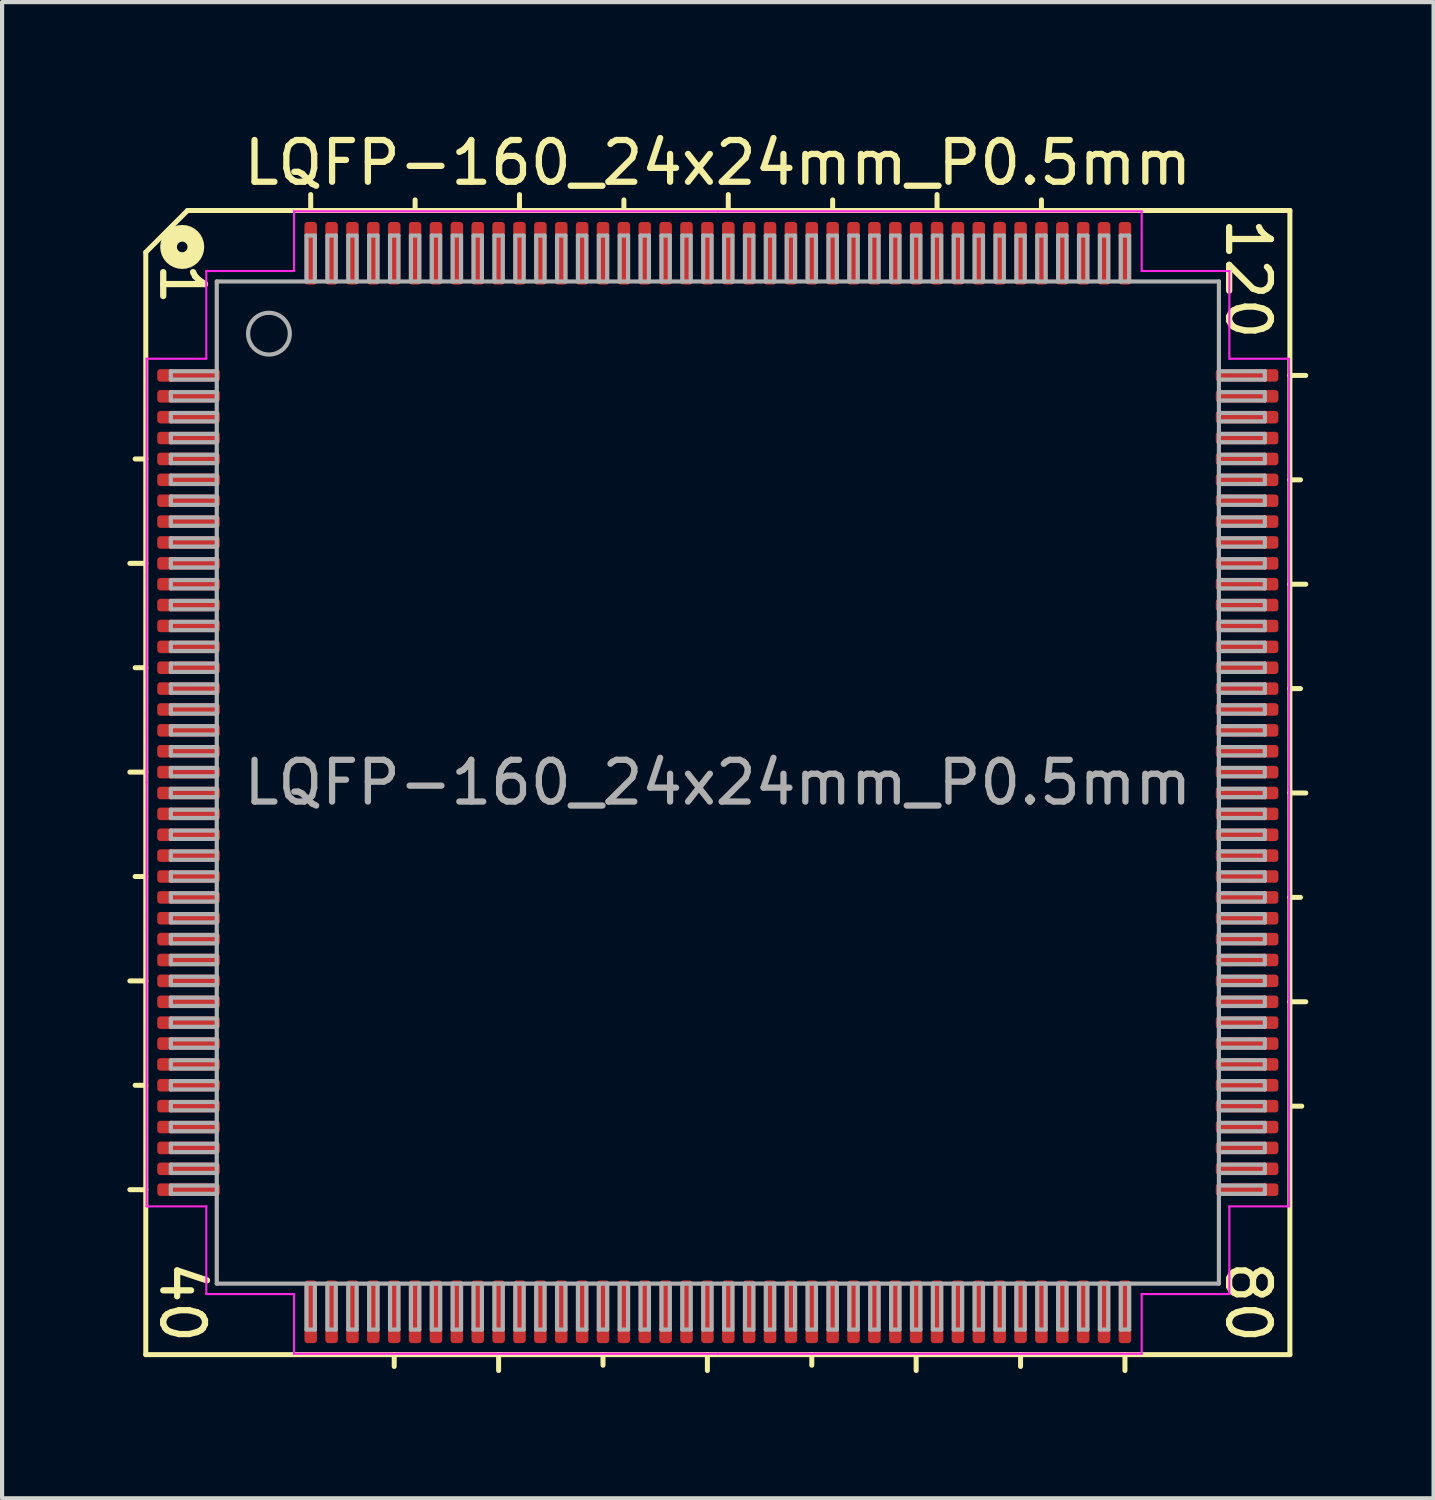
<source format=kicad_pcb>
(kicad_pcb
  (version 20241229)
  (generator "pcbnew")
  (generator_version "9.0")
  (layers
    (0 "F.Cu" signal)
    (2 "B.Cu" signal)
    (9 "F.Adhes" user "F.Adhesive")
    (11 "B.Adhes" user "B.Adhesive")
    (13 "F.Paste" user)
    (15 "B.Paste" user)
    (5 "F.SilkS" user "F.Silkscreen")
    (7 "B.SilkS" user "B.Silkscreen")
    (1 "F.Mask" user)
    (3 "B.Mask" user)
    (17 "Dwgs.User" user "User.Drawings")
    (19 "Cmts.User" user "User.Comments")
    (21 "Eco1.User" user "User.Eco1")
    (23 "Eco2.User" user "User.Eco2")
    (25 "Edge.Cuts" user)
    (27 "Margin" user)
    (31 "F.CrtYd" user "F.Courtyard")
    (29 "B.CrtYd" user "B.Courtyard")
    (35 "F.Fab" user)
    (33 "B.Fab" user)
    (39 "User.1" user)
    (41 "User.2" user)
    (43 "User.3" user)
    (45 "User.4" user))
  (footprint "LQFP-160_24x24mm_P0.5mm"
    (layer "F.Cu")
    (at 14.141 15.691)
    (property "Reference" "LQFP-160_24x24mm_P0.5mm" (at 0 -14.843 0) (layer "F.SilkS") (effects (font (size 1 1) (thickness 0.15))))
    (attr smd)
    (fp_line (start -13.7 -12.7) (end -13.7 13.7) (stroke (width 0.12) (type solid)) (layer "F.SilkS"))
    (fp_line (start -13.7 -7.75) (end -13.954 -7.75) (stroke (width 0.12) (type solid)) (layer "F.SilkS"))
    (fp_line (start -13.7 -5.25) (end -14.081 -5.25) (stroke (width 0.12) (type solid)) (layer "F.SilkS"))
    (fp_line (start -13.7 -2.75) (end -13.954 -2.75) (stroke (width 0.12) (type solid)) (layer "F.SilkS"))
    (fp_line (start -13.7 -0.25) (end -14.081 -0.25) (stroke (width 0.12) (type solid)) (layer "F.SilkS"))
    (fp_line (start -13.7 2.25) (end -13.954 2.25) (stroke (width 0.12) (type solid)) (layer "F.SilkS"))
    (fp_line (start -13.7 4.75) (end -14.081 4.75) (stroke (width 0.12) (type solid)) (layer "F.SilkS"))
    (fp_line (start -13.7 7.25) (end -13.954 7.25) (stroke (width 0.12) (type solid)) (layer "F.SilkS"))
    (fp_line (start -13.7 9.75) (end -14.081 9.75) (stroke (width 0.12) (type solid)) (layer "F.SilkS"))
    (fp_line (start -13.7 13.7) (end 13.7 13.7) (stroke (width 0.12) (type solid)) (layer "F.SilkS"))
    (fp_line (start -12.7 -13.7) (end -13.7 -12.7) (stroke (width 0.12) (type solid)) (layer "F.SilkS"))
    (fp_line (start -9.75 -13.7) (end -9.75 -14.081) (stroke (width 0.12) (type solid)) (layer "F.SilkS"))
    (fp_line (start -7.75 13.7) (end -7.75 13.984) (stroke (width 0.12) (type solid)) (layer "F.SilkS"))
    (fp_line (start -7.25 -13.7) (end -7.25 -13.954) (stroke (width 0.12) (type solid)) (layer "F.SilkS"))
    (fp_line (start -5.25 13.7) (end -5.25 14.081) (stroke (width 0.12) (type solid)) (layer "F.SilkS"))
    (fp_line (start -4.75 -13.7) (end -4.75 -14.081) (stroke (width 0.12) (type solid)) (layer "F.SilkS"))
    (fp_line (start -2.75 13.7) (end -2.75 13.954) (stroke (width 0.12) (type solid)) (layer "F.SilkS"))
    (fp_line (start -2.25 -13.7) (end -2.25 -13.954) (stroke (width 0.12) (type solid)) (layer "F.SilkS"))
    (fp_line (start -0.25 13.7) (end -0.25 14.081) (stroke (width 0.12) (type solid)) (layer "F.SilkS"))
    (fp_line (start 0.25 -13.7) (end 0.25 -14.081) (stroke (width 0.12) (type solid)) (layer "F.SilkS"))
    (fp_line (start 2.25 13.7) (end 2.25 13.954) (stroke (width 0.12) (type solid)) (layer "F.SilkS"))
    (fp_line (start 2.75 -13.7) (end 2.75 -13.954) (stroke (width 0.12) (type solid)) (layer "F.SilkS"))
    (fp_line (start 4.75 13.7) (end 4.75 14.081) (stroke (width 0.12) (type solid)) (layer "F.SilkS"))
    (fp_line (start 5.25 -13.7) (end 5.25 -14.081) (stroke (width 0.12) (type solid)) (layer "F.SilkS"))
    (fp_line (start 7.25 13.7) (end 7.25 13.984) (stroke (width 0.12) (type solid)) (layer "F.SilkS"))
    (fp_line (start 7.75 -13.7) (end 7.75 -13.954) (stroke (width 0.12) (type solid)) (layer "F.SilkS"))
    (fp_line (start 9.75 13.7) (end 9.75 14.081) (stroke (width 0.12) (type solid)) (layer "F.SilkS"))
    (fp_line (start 13.7 -13.7) (end -12.7 -13.7) (stroke (width 0.12) (type solid)) (layer "F.SilkS"))
    (fp_line (start 13.7 -9.75) (end 14.081 -9.75) (stroke (width 0.12) (type solid)) (layer "F.SilkS"))
    (fp_line (start 13.7 -7.25) (end 13.954 -7.25) (stroke (width 0.12) (type solid)) (layer "F.SilkS"))
    (fp_line (start 13.7 -4.75) (end 14.081 -4.75) (stroke (width 0.12) (type solid)) (layer "F.SilkS"))
    (fp_line (start 13.7 -2.25) (end 13.954 -2.25) (stroke (width 0.12) (type solid)) (layer "F.SilkS"))
    (fp_line (start 13.7 0.25) (end 14.081 0.25) (stroke (width 0.12) (type solid)) (layer "F.SilkS"))
    (fp_line (start 13.7 2.75) (end 13.954 2.75) (stroke (width 0.12) (type solid)) (layer "F.SilkS"))
    (fp_line (start 13.7 5.25) (end 14.081 5.25) (stroke (width 0.12) (type solid)) (layer "F.SilkS"))
    (fp_line (start 13.7 13.7) (end 13.7 -13.7) (stroke (width 0.12) (type solid)) (layer "F.SilkS"))
    (fp_line (start 13.734 7.75) (end 13.984 7.75) (stroke (width 0.12) (type solid)) (layer "F.SilkS"))
    (fp_circle (center -12.827 -12.827) (end -12.7 -12.827) (stroke (width 0.4) (type solid)) (fill no) (layer "F.SilkS"))
    (fp_line (start -13.68 -10.15) (end -13.68 0) (stroke (width 0.05) (type solid)) (layer "F.CrtYd"))
    (fp_line (start -13.68 10.15) (end -13.68 0) (stroke (width 0.05) (type solid)) (layer "F.CrtYd"))
    (fp_line (start -12.25 -12.25) (end -12.25 -10.15) (stroke (width 0.05) (type solid)) (layer "F.CrtYd"))
    (fp_line (start -12.25 -10.15) (end -13.68 -10.15) (stroke (width 0.05) (type solid)) (layer "F.CrtYd"))
    (fp_line (start -12.25 10.15) (end -13.68 10.15) (stroke (width 0.05) (type solid)) (layer "F.CrtYd"))
    (fp_line (start -12.25 12.25) (end -12.25 10.15) (stroke (width 0.05) (type solid)) (layer "F.CrtYd"))
    (fp_line (start -10.15 -13.68) (end -10.15 -12.25) (stroke (width 0.05) (type solid)) (layer "F.CrtYd"))
    (fp_line (start -10.15 -12.25) (end -12.25 -12.25) (stroke (width 0.05) (type solid)) (layer "F.CrtYd"))
    (fp_line (start -10.15 12.25) (end -12.25 12.25) (stroke (width 0.05) (type solid)) (layer "F.CrtYd"))
    (fp_line (start -10.15 13.68) (end -10.15 12.25) (stroke (width 0.05) (type solid)) (layer "F.CrtYd"))
    (fp_line (start 0 -13.68) (end -10.15 -13.68) (stroke (width 0.05) (type solid)) (layer "F.CrtYd"))
    (fp_line (start 0 -13.68) (end 10.15 -13.68) (stroke (width 0.05) (type solid)) (layer "F.CrtYd"))
    (fp_line (start 0 13.68) (end -10.15 13.68) (stroke (width 0.05) (type solid)) (layer "F.CrtYd"))
    (fp_line (start 0 13.68) (end 10.15 13.68) (stroke (width 0.05) (type solid)) (layer "F.CrtYd"))
    (fp_line (start 10.15 -13.68) (end 10.15 -12.25) (stroke (width 0.05) (type solid)) (layer "F.CrtYd"))
    (fp_line (start 10.15 -12.25) (end 12.25 -12.25) (stroke (width 0.05) (type solid)) (layer "F.CrtYd"))
    (fp_line (start 10.15 12.25) (end 12.25 12.25) (stroke (width 0.05) (type solid)) (layer "F.CrtYd"))
    (fp_line (start 10.15 13.68) (end 10.15 12.25) (stroke (width 0.05) (type solid)) (layer "F.CrtYd"))
    (fp_line (start 12.25 -12.25) (end 12.25 -10.15) (stroke (width 0.05) (type solid)) (layer "F.CrtYd"))
    (fp_line (start 12.25 -10.15) (end 13.68 -10.15) (stroke (width 0.05) (type solid)) (layer "F.CrtYd"))
    (fp_line (start 12.25 10.15) (end 13.68 10.15) (stroke (width 0.05) (type solid)) (layer "F.CrtYd"))
    (fp_line (start 12.25 12.25) (end 12.25 10.15) (stroke (width 0.05) (type solid)) (layer "F.CrtYd"))
    (fp_line (start 13.68 -10.15) (end 13.68 0) (stroke (width 0.05) (type solid)) (layer "F.CrtYd"))
    (fp_line (start 13.68 10.15) (end 13.68 0) (stroke (width 0.05) (type solid)) (layer "F.CrtYd"))
    (fp_line (start -13.1 -9.85) (end -13.1 -9.65) (stroke (width 0.1) (type solid)) (layer "F.Fab"))
    (fp_line (start -13.1 -9.85) (end -12 -9.85) (stroke (width 0.1) (type solid)) (layer "F.Fab"))
    (fp_line (start -13.1 -9.65) (end -12 -9.65) (stroke (width 0.1) (type solid)) (layer "F.Fab"))
    (fp_line (start -13.1 -9.35) (end -13.1 -9.15) (stroke (width 0.1) (type solid)) (layer "F.Fab"))
    (fp_line (start -13.1 -9.35) (end -12 -9.35) (stroke (width 0.1) (type solid)) (layer "F.Fab"))
    (fp_line (start -13.1 -9.15) (end -12 -9.15) (stroke (width 0.1) (type solid)) (layer "F.Fab"))
    (fp_line (start -13.1 -8.85) (end -13.1 -8.65) (stroke (width 0.1) (type solid)) (layer "F.Fab"))
    (fp_line (start -13.1 -8.85) (end -12 -8.85) (stroke (width 0.1) (type solid)) (layer "F.Fab"))
    (fp_line (start -13.1 -8.65) (end -12 -8.65) (stroke (width 0.1) (type solid)) (layer "F.Fab"))
    (fp_line (start -13.1 -8.35) (end -13.1 -8.15) (stroke (width 0.1) (type solid)) (layer "F.Fab"))
    (fp_line (start -13.1 -8.35) (end -12 -8.35) (stroke (width 0.1) (type solid)) (layer "F.Fab"))
    (fp_line (start -13.1 -8.15) (end -12 -8.15) (stroke (width 0.1) (type solid)) (layer "F.Fab"))
    (fp_line (start -13.1 -7.85) (end -13.1 -7.65) (stroke (width 0.1) (type solid)) (layer "F.Fab"))
    (fp_line (start -13.1 -7.85) (end -12 -7.85) (stroke (width 0.1) (type solid)) (layer "F.Fab"))
    (fp_line (start -13.1 -7.65) (end -12 -7.65) (stroke (width 0.1) (type solid)) (layer "F.Fab"))
    (fp_line (start -13.1 -7.35) (end -13.1 -7.15) (stroke (width 0.1) (type solid)) (layer "F.Fab"))
    (fp_line (start -13.1 -7.35) (end -12 -7.35) (stroke (width 0.1) (type solid)) (layer "F.Fab"))
    (fp_line (start -13.1 -7.15) (end -12 -7.15) (stroke (width 0.1) (type solid)) (layer "F.Fab"))
    (fp_line (start -13.1 -6.85) (end -13.1 -6.65) (stroke (width 0.1) (type solid)) (layer "F.Fab"))
    (fp_line (start -13.1 -6.85) (end -12 -6.85) (stroke (width 0.1) (type solid)) (layer "F.Fab"))
    (fp_line (start -13.1 -6.65) (end -12 -6.65) (stroke (width 0.1) (type solid)) (layer "F.Fab"))
    (fp_line (start -13.1 -6.35) (end -13.1 -6.15) (stroke (width 0.1) (type solid)) (layer "F.Fab"))
    (fp_line (start -13.1 -6.35) (end -12 -6.35) (stroke (width 0.1) (type solid)) (layer "F.Fab"))
    (fp_line (start -13.1 -6.15) (end -12 -6.15) (stroke (width 0.1) (type solid)) (layer "F.Fab"))
    (fp_line (start -13.1 -5.85) (end -13.1 -5.65) (stroke (width 0.1) (type solid)) (layer "F.Fab"))
    (fp_line (start -13.1 -5.85) (end -12 -5.85) (stroke (width 0.1) (type solid)) (layer "F.Fab"))
    (fp_line (start -13.1 -5.65) (end -12 -5.65) (stroke (width 0.1) (type solid)) (layer "F.Fab"))
    (fp_line (start -13.1 -5.35) (end -13.1 -5.15) (stroke (width 0.1) (type solid)) (layer "F.Fab"))
    (fp_line (start -13.1 -5.35) (end -12 -5.35) (stroke (width 0.1) (type solid)) (layer "F.Fab"))
    (fp_line (start -13.1 -5.15) (end -12 -5.15) (stroke (width 0.1) (type solid)) (layer "F.Fab"))
    (fp_line (start -13.1 -4.85) (end -13.1 -4.65) (stroke (width 0.1) (type solid)) (layer "F.Fab"))
    (fp_line (start -13.1 -4.85) (end -12 -4.85) (stroke (width 0.1) (type solid)) (layer "F.Fab"))
    (fp_line (start -13.1 -4.65) (end -12 -4.65) (stroke (width 0.1) (type solid)) (layer "F.Fab"))
    (fp_line (start -13.1 -4.35) (end -13.1 -4.15) (stroke (width 0.1) (type solid)) (layer "F.Fab"))
    (fp_line (start -13.1 -4.35) (end -12 -4.35) (stroke (width 0.1) (type solid)) (layer "F.Fab"))
    (fp_line (start -13.1 -4.15) (end -12 -4.15) (stroke (width 0.1) (type solid)) (layer "F.Fab"))
    (fp_line (start -13.1 -3.85) (end -13.1 -3.65) (stroke (width 0.1) (type solid)) (layer "F.Fab"))
    (fp_line (start -13.1 -3.85) (end -12 -3.85) (stroke (width 0.1) (type solid)) (layer "F.Fab"))
    (fp_line (start -13.1 -3.65) (end -12 -3.65) (stroke (width 0.1) (type solid)) (layer "F.Fab"))
    (fp_line (start -13.1 -3.35) (end -13.1 -3.15) (stroke (width 0.1) (type solid)) (layer "F.Fab"))
    (fp_line (start -13.1 -3.35) (end -12 -3.35) (stroke (width 0.1) (type solid)) (layer "F.Fab"))
    (fp_line (start -13.1 -3.15) (end -12 -3.15) (stroke (width 0.1) (type solid)) (layer "F.Fab"))
    (fp_line (start -13.1 -2.85) (end -13.1 -2.65) (stroke (width 0.1) (type solid)) (layer "F.Fab"))
    (fp_line (start -13.1 -2.85) (end -12 -2.85) (stroke (width 0.1) (type solid)) (layer "F.Fab"))
    (fp_line (start -13.1 -2.65) (end -12 -2.65) (stroke (width 0.1) (type solid)) (layer "F.Fab"))
    (fp_line (start -13.1 -2.35) (end -13.1 -2.15) (stroke (width 0.1) (type solid)) (layer "F.Fab"))
    (fp_line (start -13.1 -2.35) (end -12 -2.35) (stroke (width 0.1) (type solid)) (layer "F.Fab"))
    (fp_line (start -13.1 -2.15) (end -12 -2.15) (stroke (width 0.1) (type solid)) (layer "F.Fab"))
    (fp_line (start -13.1 -1.85) (end -13.1 -1.65) (stroke (width 0.1) (type solid)) (layer "F.Fab"))
    (fp_line (start -13.1 -1.85) (end -12 -1.85) (stroke (width 0.1) (type solid)) (layer "F.Fab"))
    (fp_line (start -13.1 -1.65) (end -12 -1.65) (stroke (width 0.1) (type solid)) (layer "F.Fab"))
    (fp_line (start -13.1 -1.35) (end -13.1 -1.15) (stroke (width 0.1) (type solid)) (layer "F.Fab"))
    (fp_line (start -13.1 -1.35) (end -12 -1.35) (stroke (width 0.1) (type solid)) (layer "F.Fab"))
    (fp_line (start -13.1 -1.15) (end -12 -1.15) (stroke (width 0.1) (type solid)) (layer "F.Fab"))
    (fp_line (start -13.1 -0.85) (end -13.1 -0.65) (stroke (width 0.1) (type solid)) (layer "F.Fab"))
    (fp_line (start -13.1 -0.85) (end -12 -0.85) (stroke (width 0.1) (type solid)) (layer "F.Fab"))
    (fp_line (start -13.1 -0.65) (end -12 -0.65) (stroke (width 0.1) (type solid)) (layer "F.Fab"))
    (fp_line (start -13.1 -0.35) (end -13.1 -0.15) (stroke (width 0.1) (type solid)) (layer "F.Fab"))
    (fp_line (start -13.1 -0.35) (end -12 -0.35) (stroke (width 0.1) (type solid)) (layer "F.Fab"))
    (fp_line (start -13.1 -0.15) (end -12 -0.15) (stroke (width 0.1) (type solid)) (layer "F.Fab"))
    (fp_line (start -13.1 0.15) (end -13.1 0.35) (stroke (width 0.1) (type solid)) (layer "F.Fab"))
    (fp_line (start -13.1 0.15) (end -12 0.15) (stroke (width 0.1) (type solid)) (layer "F.Fab"))
    (fp_line (start -13.1 0.35) (end -12 0.35) (stroke (width 0.1) (type solid)) (layer "F.Fab"))
    (fp_line (start -13.1 0.65) (end -13.1 0.85) (stroke (width 0.1) (type solid)) (layer "F.Fab"))
    (fp_line (start -13.1 0.65) (end -12 0.65) (stroke (width 0.1) (type solid)) (layer "F.Fab"))
    (fp_line (start -13.1 0.85) (end -12 0.85) (stroke (width 0.1) (type solid)) (layer "F.Fab"))
    (fp_line (start -13.1 1.15) (end -13.1 1.35) (stroke (width 0.1) (type solid)) (layer "F.Fab"))
    (fp_line (start -13.1 1.15) (end -12 1.15) (stroke (width 0.1) (type solid)) (layer "F.Fab"))
    (fp_line (start -13.1 1.35) (end -12 1.35) (stroke (width 0.1) (type solid)) (layer "F.Fab"))
    (fp_line (start -13.1 1.65) (end -13.1 1.85) (stroke (width 0.1) (type solid)) (layer "F.Fab"))
    (fp_line (start -13.1 1.65) (end -12 1.65) (stroke (width 0.1) (type solid)) (layer "F.Fab"))
    (fp_line (start -13.1 1.85) (end -12 1.85) (stroke (width 0.1) (type solid)) (layer "F.Fab"))
    (fp_line (start -13.1 2.15) (end -13.1 2.35) (stroke (width 0.1) (type solid)) (layer "F.Fab"))
    (fp_line (start -13.1 2.15) (end -12 2.15) (stroke (width 0.1) (type solid)) (layer "F.Fab"))
    (fp_line (start -13.1 2.35) (end -12 2.35) (stroke (width 0.1) (type solid)) (layer "F.Fab"))
    (fp_line (start -13.1 2.65) (end -13.1 2.85) (stroke (width 0.1) (type solid)) (layer "F.Fab"))
    (fp_line (start -13.1 2.65) (end -12 2.65) (stroke (width 0.1) (type solid)) (layer "F.Fab"))
    (fp_line (start -13.1 2.85) (end -12 2.85) (stroke (width 0.1) (type solid)) (layer "F.Fab"))
    (fp_line (start -13.1 3.15) (end -13.1 3.35) (stroke (width 0.1) (type solid)) (layer "F.Fab"))
    (fp_line (start -13.1 3.15) (end -12 3.15) (stroke (width 0.1) (type solid)) (layer "F.Fab"))
    (fp_line (start -13.1 3.35) (end -12 3.35) (stroke (width 0.1) (type solid)) (layer "F.Fab"))
    (fp_line (start -13.1 3.65) (end -13.1 3.85) (stroke (width 0.1) (type solid)) (layer "F.Fab"))
    (fp_line (start -13.1 3.65) (end -12 3.65) (stroke (width 0.1) (type solid)) (layer "F.Fab"))
    (fp_line (start -13.1 3.85) (end -12 3.85) (stroke (width 0.1) (type solid)) (layer "F.Fab"))
    (fp_line (start -13.1 4.15) (end -13.1 4.35) (stroke (width 0.1) (type solid)) (layer "F.Fab"))
    (fp_line (start -13.1 4.15) (end -12 4.15) (stroke (width 0.1) (type solid)) (layer "F.Fab"))
    (fp_line (start -13.1 4.35) (end -12 4.35) (stroke (width 0.1) (type solid)) (layer "F.Fab"))
    (fp_line (start -13.1 4.65) (end -13.1 4.85) (stroke (width 0.1) (type solid)) (layer "F.Fab"))
    (fp_line (start -13.1 4.65) (end -12 4.65) (stroke (width 0.1) (type solid)) (layer "F.Fab"))
    (fp_line (start -13.1 4.85) (end -12 4.85) (stroke (width 0.1) (type solid)) (layer "F.Fab"))
    (fp_line (start -13.1 5.15) (end -13.1 5.35) (stroke (width 0.1) (type solid)) (layer "F.Fab"))
    (fp_line (start -13.1 5.15) (end -12 5.15) (stroke (width 0.1) (type solid)) (layer "F.Fab"))
    (fp_line (start -13.1 5.35) (end -12 5.35) (stroke (width 0.1) (type solid)) (layer "F.Fab"))
    (fp_line (start -13.1 5.65) (end -13.1 5.85) (stroke (width 0.1) (type solid)) (layer "F.Fab"))
    (fp_line (start -13.1 5.65) (end -12 5.65) (stroke (width 0.1) (type solid)) (layer "F.Fab"))
    (fp_line (start -13.1 5.85) (end -12 5.85) (stroke (width 0.1) (type solid)) (layer "F.Fab"))
    (fp_line (start -13.1 6.15) (end -13.1 6.35) (stroke (width 0.1) (type solid)) (layer "F.Fab"))
    (fp_line (start -13.1 6.15) (end -12 6.15) (stroke (width 0.1) (type solid)) (layer "F.Fab"))
    (fp_line (start -13.1 6.35) (end -12 6.35) (stroke (width 0.1) (type solid)) (layer "F.Fab"))
    (fp_line (start -13.1 6.65) (end -13.1 6.85) (stroke (width 0.1) (type solid)) (layer "F.Fab"))
    (fp_line (start -13.1 6.65) (end -12 6.65) (stroke (width 0.1) (type solid)) (layer "F.Fab"))
    (fp_line (start -13.1 6.85) (end -12 6.85) (stroke (width 0.1) (type solid)) (layer "F.Fab"))
    (fp_line (start -13.1 7.15) (end -13.1 7.35) (stroke (width 0.1) (type solid)) (layer "F.Fab"))
    (fp_line (start -13.1 7.15) (end -12 7.15) (stroke (width 0.1) (type solid)) (layer "F.Fab"))
    (fp_line (start -13.1 7.35) (end -12 7.35) (stroke (width 0.1) (type solid)) (layer "F.Fab"))
    (fp_line (start -13.1 7.65) (end -13.1 7.85) (stroke (width 0.1) (type solid)) (layer "F.Fab"))
    (fp_line (start -13.1 7.65) (end -12 7.65) (stroke (width 0.1) (type solid)) (layer "F.Fab"))
    (fp_line (start -13.1 7.85) (end -12 7.85) (stroke (width 0.1) (type solid)) (layer "F.Fab"))
    (fp_line (start -13.1 8.15) (end -13.1 8.35) (stroke (width 0.1) (type solid)) (layer "F.Fab"))
    (fp_line (start -13.1 8.15) (end -12 8.15) (stroke (width 0.1) (type solid)) (layer "F.Fab"))
    (fp_line (start -13.1 8.35) (end -12 8.35) (stroke (width 0.1) (type solid)) (layer "F.Fab"))
    (fp_line (start -13.1 8.65) (end -13.1 8.85) (stroke (width 0.1) (type solid)) (layer "F.Fab"))
    (fp_line (start -13.1 8.65) (end -12 8.65) (stroke (width 0.1) (type solid)) (layer "F.Fab"))
    (fp_line (start -13.1 8.85) (end -12 8.85) (stroke (width 0.1) (type solid)) (layer "F.Fab"))
    (fp_line (start -13.1 9.15) (end -13.1 9.35) (stroke (width 0.1) (type solid)) (layer "F.Fab"))
    (fp_line (start -13.1 9.15) (end -12 9.15) (stroke (width 0.1) (type solid)) (layer "F.Fab"))
    (fp_line (start -13.1 9.35) (end -12 9.35) (stroke (width 0.1) (type solid)) (layer "F.Fab"))
    (fp_line (start -13.1 9.65) (end -13.1 9.85) (stroke (width 0.1) (type solid)) (layer "F.Fab"))
    (fp_line (start -13.1 9.65) (end -12 9.65) (stroke (width 0.1) (type solid)) (layer "F.Fab"))
    (fp_line (start -13.1 9.85) (end -12 9.85) (stroke (width 0.1) (type solid)) (layer "F.Fab"))
    (fp_line (start -12 -12) (end 12 -12) (stroke (width 0.1) (type solid)) (layer "F.Fab"))
    (fp_line (start -12 12) (end -12 -12) (stroke (width 0.1) (type solid)) (layer "F.Fab"))
    (fp_line (start -9.85 -13.1) (end -9.85 -12) (stroke (width 0.1) (type solid)) (layer "F.Fab"))
    (fp_line (start -9.85 13.1) (end -9.85 12) (stroke (width 0.1) (type solid)) (layer "F.Fab"))
    (fp_line (start -9.85 13.1) (end -9.65 13.1) (stroke (width 0.1) (type solid)) (layer "F.Fab"))
    (fp_line (start -9.65 -13.1) (end -9.85 -13.1) (stroke (width 0.1) (type solid)) (layer "F.Fab"))
    (fp_line (start -9.65 -13.1) (end -9.65 -12) (stroke (width 0.1) (type solid)) (layer "F.Fab"))
    (fp_line (start -9.65 13.1) (end -9.65 12) (stroke (width 0.1) (type solid)) (layer "F.Fab"))
    (fp_line (start -9.35 -13.1) (end -9.35 -12) (stroke (width 0.1) (type solid)) (layer "F.Fab"))
    (fp_line (start -9.35 13.1) (end -9.35 12) (stroke (width 0.1) (type solid)) (layer "F.Fab"))
    (fp_line (start -9.35 13.1) (end -9.15 13.1) (stroke (width 0.1) (type solid)) (layer "F.Fab"))
    (fp_line (start -9.15 -13.1) (end -9.35 -13.1) (stroke (width 0.1) (type solid)) (layer "F.Fab"))
    (fp_line (start -9.15 -13.1) (end -9.15 -12) (stroke (width 0.1) (type solid)) (layer "F.Fab"))
    (fp_line (start -9.15 13.1) (end -9.15 12) (stroke (width 0.1) (type solid)) (layer "F.Fab"))
    (fp_line (start -8.85 -13.1) (end -8.85 -12) (stroke (width 0.1) (type solid)) (layer "F.Fab"))
    (fp_line (start -8.85 13.1) (end -8.85 12) (stroke (width 0.1) (type solid)) (layer "F.Fab"))
    (fp_line (start -8.85 13.1) (end -8.65 13.1) (stroke (width 0.1) (type solid)) (layer "F.Fab"))
    (fp_line (start -8.65 -13.1) (end -8.85 -13.1) (stroke (width 0.1) (type solid)) (layer "F.Fab"))
    (fp_line (start -8.65 -13.1) (end -8.65 -12) (stroke (width 0.1) (type solid)) (layer "F.Fab"))
    (fp_line (start -8.65 13.1) (end -8.65 12) (stroke (width 0.1) (type solid)) (layer "F.Fab"))
    (fp_line (start -8.35 -13.1) (end -8.35 -12) (stroke (width 0.1) (type solid)) (layer "F.Fab"))
    (fp_line (start -8.35 13.1) (end -8.35 12) (stroke (width 0.1) (type solid)) (layer "F.Fab"))
    (fp_line (start -8.35 13.1) (end -8.15 13.1) (stroke (width 0.1) (type solid)) (layer "F.Fab"))
    (fp_line (start -8.15 -13.1) (end -8.35 -13.1) (stroke (width 0.1) (type solid)) (layer "F.Fab"))
    (fp_line (start -8.15 -13.1) (end -8.15 -12) (stroke (width 0.1) (type solid)) (layer "F.Fab"))
    (fp_line (start -8.15 13.1) (end -8.15 12) (stroke (width 0.1) (type solid)) (layer "F.Fab"))
    (fp_line (start -7.85 -13.1) (end -7.85 -12) (stroke (width 0.1) (type solid)) (layer "F.Fab"))
    (fp_line (start -7.85 13.1) (end -7.85 12) (stroke (width 0.1) (type solid)) (layer "F.Fab"))
    (fp_line (start -7.85 13.1) (end -7.65 13.1) (stroke (width 0.1) (type solid)) (layer "F.Fab"))
    (fp_line (start -7.65 -13.1) (end -7.85 -13.1) (stroke (width 0.1) (type solid)) (layer "F.Fab"))
    (fp_line (start -7.65 -13.1) (end -7.65 -12) (stroke (width 0.1) (type solid)) (layer "F.Fab"))
    (fp_line (start -7.65 13.1) (end -7.65 12) (stroke (width 0.1) (type solid)) (layer "F.Fab"))
    (fp_line (start -7.35 -13.1) (end -7.35 -12) (stroke (width 0.1) (type solid)) (layer "F.Fab"))
    (fp_line (start -7.35 13.1) (end -7.35 12) (stroke (width 0.1) (type solid)) (layer "F.Fab"))
    (fp_line (start -7.35 13.1) (end -7.15 13.1) (stroke (width 0.1) (type solid)) (layer "F.Fab"))
    (fp_line (start -7.15 -13.1) (end -7.35 -13.1) (stroke (width 0.1) (type solid)) (layer "F.Fab"))
    (fp_line (start -7.15 -13.1) (end -7.15 -12) (stroke (width 0.1) (type solid)) (layer "F.Fab"))
    (fp_line (start -7.15 13.1) (end -7.15 12) (stroke (width 0.1) (type solid)) (layer "F.Fab"))
    (fp_line (start -6.85 -13.1) (end -6.85 -12) (stroke (width 0.1) (type solid)) (layer "F.Fab"))
    (fp_line (start -6.85 13.1) (end -6.85 12) (stroke (width 0.1) (type solid)) (layer "F.Fab"))
    (fp_line (start -6.85 13.1) (end -6.65 13.1) (stroke (width 0.1) (type solid)) (layer "F.Fab"))
    (fp_line (start -6.65 -13.1) (end -6.85 -13.1) (stroke (width 0.1) (type solid)) (layer "F.Fab"))
    (fp_line (start -6.65 -13.1) (end -6.65 -12) (stroke (width 0.1) (type solid)) (layer "F.Fab"))
    (fp_line (start -6.65 13.1) (end -6.65 12) (stroke (width 0.1) (type solid)) (layer "F.Fab"))
    (fp_line (start -6.35 -13.1) (end -6.35 -12) (stroke (width 0.1) (type solid)) (layer "F.Fab"))
    (fp_line (start -6.35 13.1) (end -6.35 12) (stroke (width 0.1) (type solid)) (layer "F.Fab"))
    (fp_line (start -6.35 13.1) (end -6.15 13.1) (stroke (width 0.1) (type solid)) (layer "F.Fab"))
    (fp_line (start -6.15 -13.1) (end -6.35 -13.1) (stroke (width 0.1) (type solid)) (layer "F.Fab"))
    (fp_line (start -6.15 -13.1) (end -6.15 -12) (stroke (width 0.1) (type solid)) (layer "F.Fab"))
    (fp_line (start -6.15 13.1) (end -6.15 12) (stroke (width 0.1) (type solid)) (layer "F.Fab"))
    (fp_line (start -5.85 -13.1) (end -5.85 -12) (stroke (width 0.1) (type solid)) (layer "F.Fab"))
    (fp_line (start -5.85 13.1) (end -5.85 12) (stroke (width 0.1) (type solid)) (layer "F.Fab"))
    (fp_line (start -5.85 13.1) (end -5.65 13.1) (stroke (width 0.1) (type solid)) (layer "F.Fab"))
    (fp_line (start -5.65 -13.1) (end -5.85 -13.1) (stroke (width 0.1) (type solid)) (layer "F.Fab"))
    (fp_line (start -5.65 -13.1) (end -5.65 -12) (stroke (width 0.1) (type solid)) (layer "F.Fab"))
    (fp_line (start -5.65 13.1) (end -5.65 12) (stroke (width 0.1) (type solid)) (layer "F.Fab"))
    (fp_line (start -5.35 -13.1) (end -5.35 -12) (stroke (width 0.1) (type solid)) (layer "F.Fab"))
    (fp_line (start -5.35 13.1) (end -5.35 12) (stroke (width 0.1) (type solid)) (layer "F.Fab"))
    (fp_line (start -5.35 13.1) (end -5.15 13.1) (stroke (width 0.1) (type solid)) (layer "F.Fab"))
    (fp_line (start -5.15 -13.1) (end -5.35 -13.1) (stroke (width 0.1) (type solid)) (layer "F.Fab"))
    (fp_line (start -5.15 -13.1) (end -5.15 -12) (stroke (width 0.1) (type solid)) (layer "F.Fab"))
    (fp_line (start -5.15 13.1) (end -5.15 12) (stroke (width 0.1) (type solid)) (layer "F.Fab"))
    (fp_line (start -4.85 -13.1) (end -4.85 -12) (stroke (width 0.1) (type solid)) (layer "F.Fab"))
    (fp_line (start -4.85 13.1) (end -4.85 12) (stroke (width 0.1) (type solid)) (layer "F.Fab"))
    (fp_line (start -4.85 13.1) (end -4.65 13.1) (stroke (width 0.1) (type solid)) (layer "F.Fab"))
    (fp_line (start -4.65 -13.1) (end -4.85 -13.1) (stroke (width 0.1) (type solid)) (layer "F.Fab"))
    (fp_line (start -4.65 -13.1) (end -4.65 -12) (stroke (width 0.1) (type solid)) (layer "F.Fab"))
    (fp_line (start -4.65 13.1) (end -4.65 12) (stroke (width 0.1) (type solid)) (layer "F.Fab"))
    (fp_line (start -4.35 -13.1) (end -4.35 -12) (stroke (width 0.1) (type solid)) (layer "F.Fab"))
    (fp_line (start -4.35 13.1) (end -4.35 12) (stroke (width 0.1) (type solid)) (layer "F.Fab"))
    (fp_line (start -4.35 13.1) (end -4.15 13.1) (stroke (width 0.1) (type solid)) (layer "F.Fab"))
    (fp_line (start -4.15 -13.1) (end -4.35 -13.1) (stroke (width 0.1) (type solid)) (layer "F.Fab"))
    (fp_line (start -4.15 -13.1) (end -4.15 -12) (stroke (width 0.1) (type solid)) (layer "F.Fab"))
    (fp_line (start -4.15 13.1) (end -4.15 12) (stroke (width 0.1) (type solid)) (layer "F.Fab"))
    (fp_line (start -3.85 -13.1) (end -3.85 -12) (stroke (width 0.1) (type solid)) (layer "F.Fab"))
    (fp_line (start -3.85 13.1) (end -3.85 12) (stroke (width 0.1) (type solid)) (layer "F.Fab"))
    (fp_line (start -3.85 13.1) (end -3.65 13.1) (stroke (width 0.1) (type solid)) (layer "F.Fab"))
    (fp_line (start -3.65 -13.1) (end -3.85 -13.1) (stroke (width 0.1) (type solid)) (layer "F.Fab"))
    (fp_line (start -3.65 -13.1) (end -3.65 -12) (stroke (width 0.1) (type solid)) (layer "F.Fab"))
    (fp_line (start -3.65 13.1) (end -3.65 12) (stroke (width 0.1) (type solid)) (layer "F.Fab"))
    (fp_line (start -3.35 -13.1) (end -3.35 -12) (stroke (width 0.1) (type solid)) (layer "F.Fab"))
    (fp_line (start -3.35 13.1) (end -3.35 12) (stroke (width 0.1) (type solid)) (layer "F.Fab"))
    (fp_line (start -3.35 13.1) (end -3.15 13.1) (stroke (width 0.1) (type solid)) (layer "F.Fab"))
    (fp_line (start -3.15 -13.1) (end -3.35 -13.1) (stroke (width 0.1) (type solid)) (layer "F.Fab"))
    (fp_line (start -3.15 -13.1) (end -3.15 -12) (stroke (width 0.1) (type solid)) (layer "F.Fab"))
    (fp_line (start -3.15 13.1) (end -3.15 12) (stroke (width 0.1) (type solid)) (layer "F.Fab"))
    (fp_line (start -2.85 -13.1) (end -2.85 -12) (stroke (width 0.1) (type solid)) (layer "F.Fab"))
    (fp_line (start -2.85 13.1) (end -2.85 12) (stroke (width 0.1) (type solid)) (layer "F.Fab"))
    (fp_line (start -2.85 13.1) (end -2.65 13.1) (stroke (width 0.1) (type solid)) (layer "F.Fab"))
    (fp_line (start -2.65 -13.1) (end -2.85 -13.1) (stroke (width 0.1) (type solid)) (layer "F.Fab"))
    (fp_line (start -2.65 -13.1) (end -2.65 -12) (stroke (width 0.1) (type solid)) (layer "F.Fab"))
    (fp_line (start -2.65 13.1) (end -2.65 12) (stroke (width 0.1) (type solid)) (layer "F.Fab"))
    (fp_line (start -2.35 -13.1) (end -2.35 -12) (stroke (width 0.1) (type solid)) (layer "F.Fab"))
    (fp_line (start -2.35 13.1) (end -2.35 12) (stroke (width 0.1) (type solid)) (layer "F.Fab"))
    (fp_line (start -2.35 13.1) (end -2.15 13.1) (stroke (width 0.1) (type solid)) (layer "F.Fab"))
    (fp_line (start -2.15 -13.1) (end -2.35 -13.1) (stroke (width 0.1) (type solid)) (layer "F.Fab"))
    (fp_line (start -2.15 -13.1) (end -2.15 -12) (stroke (width 0.1) (type solid)) (layer "F.Fab"))
    (fp_line (start -2.15 13.1) (end -2.15 12) (stroke (width 0.1) (type solid)) (layer "F.Fab"))
    (fp_line (start -1.85 -13.1) (end -1.85 -12) (stroke (width 0.1) (type solid)) (layer "F.Fab"))
    (fp_line (start -1.85 13.1) (end -1.85 12) (stroke (width 0.1) (type solid)) (layer "F.Fab"))
    (fp_line (start -1.85 13.1) (end -1.65 13.1) (stroke (width 0.1) (type solid)) (layer "F.Fab"))
    (fp_line (start -1.65 -13.1) (end -1.85 -13.1) (stroke (width 0.1) (type solid)) (layer "F.Fab"))
    (fp_line (start -1.65 -13.1) (end -1.65 -12) (stroke (width 0.1) (type solid)) (layer "F.Fab"))
    (fp_line (start -1.65 13.1) (end -1.65 12) (stroke (width 0.1) (type solid)) (layer "F.Fab"))
    (fp_line (start -1.35 -13.1) (end -1.35 -12) (stroke (width 0.1) (type solid)) (layer "F.Fab"))
    (fp_line (start -1.35 13.1) (end -1.35 12) (stroke (width 0.1) (type solid)) (layer "F.Fab"))
    (fp_line (start -1.35 13.1) (end -1.15 13.1) (stroke (width 0.1) (type solid)) (layer "F.Fab"))
    (fp_line (start -1.15 -13.1) (end -1.35 -13.1) (stroke (width 0.1) (type solid)) (layer "F.Fab"))
    (fp_line (start -1.15 -13.1) (end -1.15 -12) (stroke (width 0.1) (type solid)) (layer "F.Fab"))
    (fp_line (start -1.15 13.1) (end -1.15 12) (stroke (width 0.1) (type solid)) (layer "F.Fab"))
    (fp_line (start -0.85 -13.1) (end -0.85 -12) (stroke (width 0.1) (type solid)) (layer "F.Fab"))
    (fp_line (start -0.85 13.1) (end -0.85 12) (stroke (width 0.1) (type solid)) (layer "F.Fab"))
    (fp_line (start -0.85 13.1) (end -0.65 13.1) (stroke (width 0.1) (type solid)) (layer "F.Fab"))
    (fp_line (start -0.65 -13.1) (end -0.85 -13.1) (stroke (width 0.1) (type solid)) (layer "F.Fab"))
    (fp_line (start -0.65 -13.1) (end -0.65 -12) (stroke (width 0.1) (type solid)) (layer "F.Fab"))
    (fp_line (start -0.65 13.1) (end -0.65 12) (stroke (width 0.1) (type solid)) (layer "F.Fab"))
    (fp_line (start -0.35 -13.1) (end -0.35 -12) (stroke (width 0.1) (type solid)) (layer "F.Fab"))
    (fp_line (start -0.35 13.1) (end -0.35 12) (stroke (width 0.1) (type solid)) (layer "F.Fab"))
    (fp_line (start -0.35 13.1) (end -0.15 13.1) (stroke (width 0.1) (type solid)) (layer "F.Fab"))
    (fp_line (start -0.15 -13.1) (end -0.35 -13.1) (stroke (width 0.1) (type solid)) (layer "F.Fab"))
    (fp_line (start -0.15 -13.1) (end -0.15 -12) (stroke (width 0.1) (type solid)) (layer "F.Fab"))
    (fp_line (start -0.15 13.1) (end -0.15 12) (stroke (width 0.1) (type solid)) (layer "F.Fab"))
    (fp_line (start 0.15 -13.1) (end 0.15 -12) (stroke (width 0.1) (type solid)) (layer "F.Fab"))
    (fp_line (start 0.15 13.1) (end 0.15 12) (stroke (width 0.1) (type solid)) (layer "F.Fab"))
    (fp_line (start 0.15 13.1) (end 0.35 13.1) (stroke (width 0.1) (type solid)) (layer "F.Fab"))
    (fp_line (start 0.35 -13.1) (end 0.15 -13.1) (stroke (width 0.1) (type solid)) (layer "F.Fab"))
    (fp_line (start 0.35 -13.1) (end 0.35 -12) (stroke (width 0.1) (type solid)) (layer "F.Fab"))
    (fp_line (start 0.35 13.1) (end 0.35 12) (stroke (width 0.1) (type solid)) (layer "F.Fab"))
    (fp_line (start 0.65 -13.1) (end 0.65 -12) (stroke (width 0.1) (type solid)) (layer "F.Fab"))
    (fp_line (start 0.65 13.1) (end 0.65 12) (stroke (width 0.1) (type solid)) (layer "F.Fab"))
    (fp_line (start 0.65 13.1) (end 0.85 13.1) (stroke (width 0.1) (type solid)) (layer "F.Fab"))
    (fp_line (start 0.85 -13.1) (end 0.65 -13.1) (stroke (width 0.1) (type solid)) (layer "F.Fab"))
    (fp_line (start 0.85 -13.1) (end 0.85 -12) (stroke (width 0.1) (type solid)) (layer "F.Fab"))
    (fp_line (start 0.85 13.1) (end 0.85 12) (stroke (width 0.1) (type solid)) (layer "F.Fab"))
    (fp_line (start 1.15 -13.1) (end 1.15 -12) (stroke (width 0.1) (type solid)) (layer "F.Fab"))
    (fp_line (start 1.15 13.1) (end 1.15 12) (stroke (width 0.1) (type solid)) (layer "F.Fab"))
    (fp_line (start 1.15 13.1) (end 1.35 13.1) (stroke (width 0.1) (type solid)) (layer "F.Fab"))
    (fp_line (start 1.35 -13.1) (end 1.15 -13.1) (stroke (width 0.1) (type solid)) (layer "F.Fab"))
    (fp_line (start 1.35 -13.1) (end 1.35 -12) (stroke (width 0.1) (type solid)) (layer "F.Fab"))
    (fp_line (start 1.35 13.1) (end 1.35 12) (stroke (width 0.1) (type solid)) (layer "F.Fab"))
    (fp_line (start 1.65 -13.1) (end 1.65 -12) (stroke (width 0.1) (type solid)) (layer "F.Fab"))
    (fp_line (start 1.65 13.1) (end 1.65 12) (stroke (width 0.1) (type solid)) (layer "F.Fab"))
    (fp_line (start 1.65 13.1) (end 1.85 13.1) (stroke (width 0.1) (type solid)) (layer "F.Fab"))
    (fp_line (start 1.85 -13.1) (end 1.65 -13.1) (stroke (width 0.1) (type solid)) (layer "F.Fab"))
    (fp_line (start 1.85 -13.1) (end 1.85 -12) (stroke (width 0.1) (type solid)) (layer "F.Fab"))
    (fp_line (start 1.85 13.1) (end 1.85 12) (stroke (width 0.1) (type solid)) (layer "F.Fab"))
    (fp_line (start 2.15 -13.1) (end 2.15 -12) (stroke (width 0.1) (type solid)) (layer "F.Fab"))
    (fp_line (start 2.15 13.1) (end 2.15 12) (stroke (width 0.1) (type solid)) (layer "F.Fab"))
    (fp_line (start 2.15 13.1) (end 2.35 13.1) (stroke (width 0.1) (type solid)) (layer "F.Fab"))
    (fp_line (start 2.35 -13.1) (end 2.15 -13.1) (stroke (width 0.1) (type solid)) (layer "F.Fab"))
    (fp_line (start 2.35 -13.1) (end 2.35 -12) (stroke (width 0.1) (type solid)) (layer "F.Fab"))
    (fp_line (start 2.35 13.1) (end 2.35 12) (stroke (width 0.1) (type solid)) (layer "F.Fab"))
    (fp_line (start 2.65 -13.1) (end 2.65 -12) (stroke (width 0.1) (type solid)) (layer "F.Fab"))
    (fp_line (start 2.65 13.1) (end 2.65 12) (stroke (width 0.1) (type solid)) (layer "F.Fab"))
    (fp_line (start 2.65 13.1) (end 2.85 13.1) (stroke (width 0.1) (type solid)) (layer "F.Fab"))
    (fp_line (start 2.85 -13.1) (end 2.65 -13.1) (stroke (width 0.1) (type solid)) (layer "F.Fab"))
    (fp_line (start 2.85 -13.1) (end 2.85 -12) (stroke (width 0.1) (type solid)) (layer "F.Fab"))
    (fp_line (start 2.85 13.1) (end 2.85 12) (stroke (width 0.1) (type solid)) (layer "F.Fab"))
    (fp_line (start 3.15 -13.1) (end 3.15 -12) (stroke (width 0.1) (type solid)) (layer "F.Fab"))
    (fp_line (start 3.15 13.1) (end 3.15 12) (stroke (width 0.1) (type solid)) (layer "F.Fab"))
    (fp_line (start 3.15 13.1) (end 3.35 13.1) (stroke (width 0.1) (type solid)) (layer "F.Fab"))
    (fp_line (start 3.35 -13.1) (end 3.15 -13.1) (stroke (width 0.1) (type solid)) (layer "F.Fab"))
    (fp_line (start 3.35 -13.1) (end 3.35 -12) (stroke (width 0.1) (type solid)) (layer "F.Fab"))
    (fp_line (start 3.35 13.1) (end 3.35 12) (stroke (width 0.1) (type solid)) (layer "F.Fab"))
    (fp_line (start 3.65 -13.1) (end 3.65 -12) (stroke (width 0.1) (type solid)) (layer "F.Fab"))
    (fp_line (start 3.65 13.1) (end 3.65 12) (stroke (width 0.1) (type solid)) (layer "F.Fab"))
    (fp_line (start 3.65 13.1) (end 3.85 13.1) (stroke (width 0.1) (type solid)) (layer "F.Fab"))
    (fp_line (start 3.85 -13.1) (end 3.65 -13.1) (stroke (width 0.1) (type solid)) (layer "F.Fab"))
    (fp_line (start 3.85 -13.1) (end 3.85 -12) (stroke (width 0.1) (type solid)) (layer "F.Fab"))
    (fp_line (start 3.85 13.1) (end 3.85 12) (stroke (width 0.1) (type solid)) (layer "F.Fab"))
    (fp_line (start 4.15 -13.1) (end 4.15 -12) (stroke (width 0.1) (type solid)) (layer "F.Fab"))
    (fp_line (start 4.15 13.1) (end 4.15 12) (stroke (width 0.1) (type solid)) (layer "F.Fab"))
    (fp_line (start 4.15 13.1) (end 4.35 13.1) (stroke (width 0.1) (type solid)) (layer "F.Fab"))
    (fp_line (start 4.35 -13.1) (end 4.15 -13.1) (stroke (width 0.1) (type solid)) (layer "F.Fab"))
    (fp_line (start 4.35 -13.1) (end 4.35 -12) (stroke (width 0.1) (type solid)) (layer "F.Fab"))
    (fp_line (start 4.35 13.1) (end 4.35 12) (stroke (width 0.1) (type solid)) (layer "F.Fab"))
    (fp_line (start 4.65 -13.1) (end 4.65 -12) (stroke (width 0.1) (type solid)) (layer "F.Fab"))
    (fp_line (start 4.65 13.1) (end 4.65 12) (stroke (width 0.1) (type solid)) (layer "F.Fab"))
    (fp_line (start 4.65 13.1) (end 4.85 13.1) (stroke (width 0.1) (type solid)) (layer "F.Fab"))
    (fp_line (start 4.85 -13.1) (end 4.65 -13.1) (stroke (width 0.1) (type solid)) (layer "F.Fab"))
    (fp_line (start 4.85 -13.1) (end 4.85 -12) (stroke (width 0.1) (type solid)) (layer "F.Fab"))
    (fp_line (start 4.85 13.1) (end 4.85 12) (stroke (width 0.1) (type solid)) (layer "F.Fab"))
    (fp_line (start 5.15 -13.1) (end 5.15 -12) (stroke (width 0.1) (type solid)) (layer "F.Fab"))
    (fp_line (start 5.15 13.1) (end 5.15 12) (stroke (width 0.1) (type solid)) (layer "F.Fab"))
    (fp_line (start 5.15 13.1) (end 5.35 13.1) (stroke (width 0.1) (type solid)) (layer "F.Fab"))
    (fp_line (start 5.35 -13.1) (end 5.15 -13.1) (stroke (width 0.1) (type solid)) (layer "F.Fab"))
    (fp_line (start 5.35 -13.1) (end 5.35 -12) (stroke (width 0.1) (type solid)) (layer "F.Fab"))
    (fp_line (start 5.35 13.1) (end 5.35 12) (stroke (width 0.1) (type solid)) (layer "F.Fab"))
    (fp_line (start 5.65 -13.1) (end 5.65 -12) (stroke (width 0.1) (type solid)) (layer "F.Fab"))
    (fp_line (start 5.65 13.1) (end 5.65 12) (stroke (width 0.1) (type solid)) (layer "F.Fab"))
    (fp_line (start 5.65 13.1) (end 5.85 13.1) (stroke (width 0.1) (type solid)) (layer "F.Fab"))
    (fp_line (start 5.85 -13.1) (end 5.65 -13.1) (stroke (width 0.1) (type solid)) (layer "F.Fab"))
    (fp_line (start 5.85 -13.1) (end 5.85 -12) (stroke (width 0.1) (type solid)) (layer "F.Fab"))
    (fp_line (start 5.85 13.1) (end 5.85 12) (stroke (width 0.1) (type solid)) (layer "F.Fab"))
    (fp_line (start 6.15 -13.1) (end 6.15 -12) (stroke (width 0.1) (type solid)) (layer "F.Fab"))
    (fp_line (start 6.15 13.1) (end 6.15 12) (stroke (width 0.1) (type solid)) (layer "F.Fab"))
    (fp_line (start 6.15 13.1) (end 6.35 13.1) (stroke (width 0.1) (type solid)) (layer "F.Fab"))
    (fp_line (start 6.35 -13.1) (end 6.15 -13.1) (stroke (width 0.1) (type solid)) (layer "F.Fab"))
    (fp_line (start 6.35 -13.1) (end 6.35 -12) (stroke (width 0.1) (type solid)) (layer "F.Fab"))
    (fp_line (start 6.35 13.1) (end 6.35 12) (stroke (width 0.1) (type solid)) (layer "F.Fab"))
    (fp_line (start 6.65 -13.1) (end 6.65 -12) (stroke (width 0.1) (type solid)) (layer "F.Fab"))
    (fp_line (start 6.65 13.1) (end 6.65 12) (stroke (width 0.1) (type solid)) (layer "F.Fab"))
    (fp_line (start 6.65 13.1) (end 6.85 13.1) (stroke (width 0.1) (type solid)) (layer "F.Fab"))
    (fp_line (start 6.85 -13.1) (end 6.65 -13.1) (stroke (width 0.1) (type solid)) (layer "F.Fab"))
    (fp_line (start 6.85 -13.1) (end 6.85 -12) (stroke (width 0.1) (type solid)) (layer "F.Fab"))
    (fp_line (start 6.85 13.1) (end 6.85 12) (stroke (width 0.1) (type solid)) (layer "F.Fab"))
    (fp_line (start 7.15 -13.1) (end 7.15 -12) (stroke (width 0.1) (type solid)) (layer "F.Fab"))
    (fp_line (start 7.15 13.1) (end 7.15 12) (stroke (width 0.1) (type solid)) (layer "F.Fab"))
    (fp_line (start 7.15 13.1) (end 7.35 13.1) (stroke (width 0.1) (type solid)) (layer "F.Fab"))
    (fp_line (start 7.35 -13.1) (end 7.15 -13.1) (stroke (width 0.1) (type solid)) (layer "F.Fab"))
    (fp_line (start 7.35 -13.1) (end 7.35 -12) (stroke (width 0.1) (type solid)) (layer "F.Fab"))
    (fp_line (start 7.35 13.1) (end 7.35 12) (stroke (width 0.1) (type solid)) (layer "F.Fab"))
    (fp_line (start 7.65 -13.1) (end 7.65 -12) (stroke (width 0.1) (type solid)) (layer "F.Fab"))
    (fp_line (start 7.65 13.1) (end 7.65 12) (stroke (width 0.1) (type solid)) (layer "F.Fab"))
    (fp_line (start 7.65 13.1) (end 7.85 13.1) (stroke (width 0.1) (type solid)) (layer "F.Fab"))
    (fp_line (start 7.85 -13.1) (end 7.65 -13.1) (stroke (width 0.1) (type solid)) (layer "F.Fab"))
    (fp_line (start 7.85 -13.1) (end 7.85 -12) (stroke (width 0.1) (type solid)) (layer "F.Fab"))
    (fp_line (start 7.85 13.1) (end 7.85 12) (stroke (width 0.1) (type solid)) (layer "F.Fab"))
    (fp_line (start 8.15 -13.1) (end 8.15 -12) (stroke (width 0.1) (type solid)) (layer "F.Fab"))
    (fp_line (start 8.15 13.1) (end 8.15 12) (stroke (width 0.1) (type solid)) (layer "F.Fab"))
    (fp_line (start 8.15 13.1) (end 8.35 13.1) (stroke (width 0.1) (type solid)) (layer "F.Fab"))
    (fp_line (start 8.35 -13.1) (end 8.15 -13.1) (stroke (width 0.1) (type solid)) (layer "F.Fab"))
    (fp_line (start 8.35 -13.1) (end 8.35 -12) (stroke (width 0.1) (type solid)) (layer "F.Fab"))
    (fp_line (start 8.35 13.1) (end 8.35 12) (stroke (width 0.1) (type solid)) (layer "F.Fab"))
    (fp_line (start 8.65 -13.1) (end 8.65 -12) (stroke (width 0.1) (type solid)) (layer "F.Fab"))
    (fp_line (start 8.65 13.1) (end 8.65 12) (stroke (width 0.1) (type solid)) (layer "F.Fab"))
    (fp_line (start 8.65 13.1) (end 8.85 13.1) (stroke (width 0.1) (type solid)) (layer "F.Fab"))
    (fp_line (start 8.85 -13.1) (end 8.65 -13.1) (stroke (width 0.1) (type solid)) (layer "F.Fab"))
    (fp_line (start 8.85 -13.1) (end 8.85 -12) (stroke (width 0.1) (type solid)) (layer "F.Fab"))
    (fp_line (start 8.85 13.1) (end 8.85 12) (stroke (width 0.1) (type solid)) (layer "F.Fab"))
    (fp_line (start 9.15 -13.1) (end 9.15 -12) (stroke (width 0.1) (type solid)) (layer "F.Fab"))
    (fp_line (start 9.15 13.1) (end 9.15 12) (stroke (width 0.1) (type solid)) (layer "F.Fab"))
    (fp_line (start 9.15 13.1) (end 9.35 13.1) (stroke (width 0.1) (type solid)) (layer "F.Fab"))
    (fp_line (start 9.35 -13.1) (end 9.15 -13.1) (stroke (width 0.1) (type solid)) (layer "F.Fab"))
    (fp_line (start 9.35 -13.1) (end 9.35 -12) (stroke (width 0.1) (type solid)) (layer "F.Fab"))
    (fp_line (start 9.35 13.1) (end 9.35 12) (stroke (width 0.1) (type solid)) (layer "F.Fab"))
    (fp_line (start 9.65 -13.1) (end 9.65 -12) (stroke (width 0.1) (type solid)) (layer "F.Fab"))
    (fp_line (start 9.65 13.1) (end 9.65 12) (stroke (width 0.1) (type solid)) (layer "F.Fab"))
    (fp_line (start 9.65 13.1) (end 9.85 13.1) (stroke (width 0.1) (type solid)) (layer "F.Fab"))
    (fp_line (start 9.85 -13.1) (end 9.65 -13.1) (stroke (width 0.1) (type solid)) (layer "F.Fab"))
    (fp_line (start 9.85 -13.1) (end 9.85 -12) (stroke (width 0.1) (type solid)) (layer "F.Fab"))
    (fp_line (start 9.85 13.1) (end 9.85 12) (stroke (width 0.1) (type solid)) (layer "F.Fab"))
    (fp_line (start 12 -12) (end 12 12) (stroke (width 0.1) (type solid)) (layer "F.Fab"))
    (fp_line (start 12 12) (end -12 12) (stroke (width 0.1) (type solid)) (layer "F.Fab"))
    (fp_line (start 13.1 -9.85) (end 12 -9.85) (stroke (width 0.1) (type solid)) (layer "F.Fab"))
    (fp_line (start 13.1 -9.65) (end 12 -9.65) (stroke (width 0.1) (type solid)) (layer "F.Fab"))
    (fp_line (start 13.1 -9.65) (end 13.1 -9.85) (stroke (width 0.1) (type solid)) (layer "F.Fab"))
    (fp_line (start 13.1 -9.35) (end 12 -9.35) (stroke (width 0.1) (type solid)) (layer "F.Fab"))
    (fp_line (start 13.1 -9.15) (end 12 -9.15) (stroke (width 0.1) (type solid)) (layer "F.Fab"))
    (fp_line (start 13.1 -9.15) (end 13.1 -9.35) (stroke (width 0.1) (type solid)) (layer "F.Fab"))
    (fp_line (start 13.1 -8.85) (end 12 -8.85) (stroke (width 0.1) (type solid)) (layer "F.Fab"))
    (fp_line (start 13.1 -8.65) (end 12 -8.65) (stroke (width 0.1) (type solid)) (layer "F.Fab"))
    (fp_line (start 13.1 -8.65) (end 13.1 -8.85) (stroke (width 0.1) (type solid)) (layer "F.Fab"))
    (fp_line (start 13.1 -8.35) (end 12 -8.35) (stroke (width 0.1) (type solid)) (layer "F.Fab"))
    (fp_line (start 13.1 -8.15) (end 12 -8.15) (stroke (width 0.1) (type solid)) (layer "F.Fab"))
    (fp_line (start 13.1 -8.15) (end 13.1 -8.35) (stroke (width 0.1) (type solid)) (layer "F.Fab"))
    (fp_line (start 13.1 -7.85) (end 12 -7.85) (stroke (width 0.1) (type solid)) (layer "F.Fab"))
    (fp_line (start 13.1 -7.65) (end 12 -7.65) (stroke (width 0.1) (type solid)) (layer "F.Fab"))
    (fp_line (start 13.1 -7.65) (end 13.1 -7.85) (stroke (width 0.1) (type solid)) (layer "F.Fab"))
    (fp_line (start 13.1 -7.35) (end 12 -7.35) (stroke (width 0.1) (type solid)) (layer "F.Fab"))
    (fp_line (start 13.1 -7.15) (end 12 -7.15) (stroke (width 0.1) (type solid)) (layer "F.Fab"))
    (fp_line (start 13.1 -7.15) (end 13.1 -7.35) (stroke (width 0.1) (type solid)) (layer "F.Fab"))
    (fp_line (start 13.1 -6.85) (end 12 -6.85) (stroke (width 0.1) (type solid)) (layer "F.Fab"))
    (fp_line (start 13.1 -6.65) (end 12 -6.65) (stroke (width 0.1) (type solid)) (layer "F.Fab"))
    (fp_line (start 13.1 -6.65) (end 13.1 -6.85) (stroke (width 0.1) (type solid)) (layer "F.Fab"))
    (fp_line (start 13.1 -6.35) (end 12 -6.35) (stroke (width 0.1) (type solid)) (layer "F.Fab"))
    (fp_line (start 13.1 -6.15) (end 12 -6.15) (stroke (width 0.1) (type solid)) (layer "F.Fab"))
    (fp_line (start 13.1 -6.15) (end 13.1 -6.35) (stroke (width 0.1) (type solid)) (layer "F.Fab"))
    (fp_line (start 13.1 -5.85) (end 12 -5.85) (stroke (width 0.1) (type solid)) (layer "F.Fab"))
    (fp_line (start 13.1 -5.65) (end 12 -5.65) (stroke (width 0.1) (type solid)) (layer "F.Fab"))
    (fp_line (start 13.1 -5.65) (end 13.1 -5.85) (stroke (width 0.1) (type solid)) (layer "F.Fab"))
    (fp_line (start 13.1 -5.35) (end 12 -5.35) (stroke (width 0.1) (type solid)) (layer "F.Fab"))
    (fp_line (start 13.1 -5.15) (end 12 -5.15) (stroke (width 0.1) (type solid)) (layer "F.Fab"))
    (fp_line (start 13.1 -5.15) (end 13.1 -5.35) (stroke (width 0.1) (type solid)) (layer "F.Fab"))
    (fp_line (start 13.1 -4.85) (end 12 -4.85) (stroke (width 0.1) (type solid)) (layer "F.Fab"))
    (fp_line (start 13.1 -4.65) (end 12 -4.65) (stroke (width 0.1) (type solid)) (layer "F.Fab"))
    (fp_line (start 13.1 -4.65) (end 13.1 -4.85) (stroke (width 0.1) (type solid)) (layer "F.Fab"))
    (fp_line (start 13.1 -4.35) (end 12 -4.35) (stroke (width 0.1) (type solid)) (layer "F.Fab"))
    (fp_line (start 13.1 -4.15) (end 12 -4.15) (stroke (width 0.1) (type solid)) (layer "F.Fab"))
    (fp_line (start 13.1 -4.15) (end 13.1 -4.35) (stroke (width 0.1) (type solid)) (layer "F.Fab"))
    (fp_line (start 13.1 -3.85) (end 12 -3.85) (stroke (width 0.1) (type solid)) (layer "F.Fab"))
    (fp_line (start 13.1 -3.65) (end 12 -3.65) (stroke (width 0.1) (type solid)) (layer "F.Fab"))
    (fp_line (start 13.1 -3.65) (end 13.1 -3.85) (stroke (width 0.1) (type solid)) (layer "F.Fab"))
    (fp_line (start 13.1 -3.35) (end 12 -3.35) (stroke (width 0.1) (type solid)) (layer "F.Fab"))
    (fp_line (start 13.1 -3.15) (end 12 -3.15) (stroke (width 0.1) (type solid)) (layer "F.Fab"))
    (fp_line (start 13.1 -3.15) (end 13.1 -3.35) (stroke (width 0.1) (type solid)) (layer "F.Fab"))
    (fp_line (start 13.1 -2.85) (end 12 -2.85) (stroke (width 0.1) (type solid)) (layer "F.Fab"))
    (fp_line (start 13.1 -2.65) (end 12 -2.65) (stroke (width 0.1) (type solid)) (layer "F.Fab"))
    (fp_line (start 13.1 -2.65) (end 13.1 -2.85) (stroke (width 0.1) (type solid)) (layer "F.Fab"))
    (fp_line (start 13.1 -2.35) (end 12 -2.35) (stroke (width 0.1) (type solid)) (layer "F.Fab"))
    (fp_line (start 13.1 -2.15) (end 12 -2.15) (stroke (width 0.1) (type solid)) (layer "F.Fab"))
    (fp_line (start 13.1 -2.15) (end 13.1 -2.35) (stroke (width 0.1) (type solid)) (layer "F.Fab"))
    (fp_line (start 13.1 -1.85) (end 12 -1.85) (stroke (width 0.1) (type solid)) (layer "F.Fab"))
    (fp_line (start 13.1 -1.65) (end 12 -1.65) (stroke (width 0.1) (type solid)) (layer "F.Fab"))
    (fp_line (start 13.1 -1.65) (end 13.1 -1.85) (stroke (width 0.1) (type solid)) (layer "F.Fab"))
    (fp_line (start 13.1 -1.35) (end 12 -1.35) (stroke (width 0.1) (type solid)) (layer "F.Fab"))
    (fp_line (start 13.1 -1.15) (end 12 -1.15) (stroke (width 0.1) (type solid)) (layer "F.Fab"))
    (fp_line (start 13.1 -1.15) (end 13.1 -1.35) (stroke (width 0.1) (type solid)) (layer "F.Fab"))
    (fp_line (start 13.1 -0.85) (end 12 -0.85) (stroke (width 0.1) (type solid)) (layer "F.Fab"))
    (fp_line (start 13.1 -0.65) (end 12 -0.65) (stroke (width 0.1) (type solid)) (layer "F.Fab"))
    (fp_line (start 13.1 -0.65) (end 13.1 -0.85) (stroke (width 0.1) (type solid)) (layer "F.Fab"))
    (fp_line (start 13.1 -0.35) (end 12 -0.35) (stroke (width 0.1) (type solid)) (layer "F.Fab"))
    (fp_line (start 13.1 -0.15) (end 12 -0.15) (stroke (width 0.1) (type solid)) (layer "F.Fab"))
    (fp_line (start 13.1 -0.15) (end 13.1 -0.35) (stroke (width 0.1) (type solid)) (layer "F.Fab"))
    (fp_line (start 13.1 0.15) (end 12 0.15) (stroke (width 0.1) (type solid)) (layer "F.Fab"))
    (fp_line (start 13.1 0.35) (end 12 0.35) (stroke (width 0.1) (type solid)) (layer "F.Fab"))
    (fp_line (start 13.1 0.35) (end 13.1 0.15) (stroke (width 0.1) (type solid)) (layer "F.Fab"))
    (fp_line (start 13.1 0.65) (end 12 0.65) (stroke (width 0.1) (type solid)) (layer "F.Fab"))
    (fp_line (start 13.1 0.85) (end 12 0.85) (stroke (width 0.1) (type solid)) (layer "F.Fab"))
    (fp_line (start 13.1 0.85) (end 13.1 0.65) (stroke (width 0.1) (type solid)) (layer "F.Fab"))
    (fp_line (start 13.1 1.15) (end 12 1.15) (stroke (width 0.1) (type solid)) (layer "F.Fab"))
    (fp_line (start 13.1 1.35) (end 12 1.35) (stroke (width 0.1) (type solid)) (layer "F.Fab"))
    (fp_line (start 13.1 1.35) (end 13.1 1.15) (stroke (width 0.1) (type solid)) (layer "F.Fab"))
    (fp_line (start 13.1 1.65) (end 12 1.65) (stroke (width 0.1) (type solid)) (layer "F.Fab"))
    (fp_line (start 13.1 1.85) (end 12 1.85) (stroke (width 0.1) (type solid)) (layer "F.Fab"))
    (fp_line (start 13.1 1.85) (end 13.1 1.65) (stroke (width 0.1) (type solid)) (layer "F.Fab"))
    (fp_line (start 13.1 2.15) (end 12 2.15) (stroke (width 0.1) (type solid)) (layer "F.Fab"))
    (fp_line (start 13.1 2.35) (end 12 2.35) (stroke (width 0.1) (type solid)) (layer "F.Fab"))
    (fp_line (start 13.1 2.35) (end 13.1 2.15) (stroke (width 0.1) (type solid)) (layer "F.Fab"))
    (fp_line (start 13.1 2.65) (end 12 2.65) (stroke (width 0.1) (type solid)) (layer "F.Fab"))
    (fp_line (start 13.1 2.85) (end 12 2.85) (stroke (width 0.1) (type solid)) (layer "F.Fab"))
    (fp_line (start 13.1 2.85) (end 13.1 2.65) (stroke (width 0.1) (type solid)) (layer "F.Fab"))
    (fp_line (start 13.1 3.15) (end 12 3.15) (stroke (width 0.1) (type solid)) (layer "F.Fab"))
    (fp_line (start 13.1 3.35) (end 12 3.35) (stroke (width 0.1) (type solid)) (layer "F.Fab"))
    (fp_line (start 13.1 3.35) (end 13.1 3.15) (stroke (width 0.1) (type solid)) (layer "F.Fab"))
    (fp_line (start 13.1 3.65) (end 12 3.65) (stroke (width 0.1) (type solid)) (layer "F.Fab"))
    (fp_line (start 13.1 3.85) (end 12 3.85) (stroke (width 0.1) (type solid)) (layer "F.Fab"))
    (fp_line (start 13.1 3.85) (end 13.1 3.65) (stroke (width 0.1) (type solid)) (layer "F.Fab"))
    (fp_line (start 13.1 4.15) (end 12 4.15) (stroke (width 0.1) (type solid)) (layer "F.Fab"))
    (fp_line (start 13.1 4.35) (end 12 4.35) (stroke (width 0.1) (type solid)) (layer "F.Fab"))
    (fp_line (start 13.1 4.35) (end 13.1 4.15) (stroke (width 0.1) (type solid)) (layer "F.Fab"))
    (fp_line (start 13.1 4.65) (end 12 4.65) (stroke (width 0.1) (type solid)) (layer "F.Fab"))
    (fp_line (start 13.1 4.85) (end 12 4.85) (stroke (width 0.1) (type solid)) (layer "F.Fab"))
    (fp_line (start 13.1 4.85) (end 13.1 4.65) (stroke (width 0.1) (type solid)) (layer "F.Fab"))
    (fp_line (start 13.1 5.15) (end 12 5.15) (stroke (width 0.1) (type solid)) (layer "F.Fab"))
    (fp_line (start 13.1 5.35) (end 12 5.35) (stroke (width 0.1) (type solid)) (layer "F.Fab"))
    (fp_line (start 13.1 5.35) (end 13.1 5.15) (stroke (width 0.1) (type solid)) (layer "F.Fab"))
    (fp_line (start 13.1 5.65) (end 12 5.65) (stroke (width 0.1) (type solid)) (layer "F.Fab"))
    (fp_line (start 13.1 5.85) (end 12 5.85) (stroke (width 0.1) (type solid)) (layer "F.Fab"))
    (fp_line (start 13.1 5.85) (end 13.1 5.65) (stroke (width 0.1) (type solid)) (layer "F.Fab"))
    (fp_line (start 13.1 6.15) (end 12 6.15) (stroke (width 0.1) (type solid)) (layer "F.Fab"))
    (fp_line (start 13.1 6.35) (end 12 6.35) (stroke (width 0.1) (type solid)) (layer "F.Fab"))
    (fp_line (start 13.1 6.35) (end 13.1 6.15) (stroke (width 0.1) (type solid)) (layer "F.Fab"))
    (fp_line (start 13.1 6.65) (end 12 6.65) (stroke (width 0.1) (type solid)) (layer "F.Fab"))
    (fp_line (start 13.1 6.85) (end 12 6.85) (stroke (width 0.1) (type solid)) (layer "F.Fab"))
    (fp_line (start 13.1 6.85) (end 13.1 6.65) (stroke (width 0.1) (type solid)) (layer "F.Fab"))
    (fp_line (start 13.1 7.15) (end 12 7.15) (stroke (width 0.1) (type solid)) (layer "F.Fab"))
    (fp_line (start 13.1 7.35) (end 12 7.35) (stroke (width 0.1) (type solid)) (layer "F.Fab"))
    (fp_line (start 13.1 7.35) (end 13.1 7.15) (stroke (width 0.1) (type solid)) (layer "F.Fab"))
    (fp_line (start 13.1 7.65) (end 12 7.65) (stroke (width 0.1) (type solid)) (layer "F.Fab"))
    (fp_line (start 13.1 7.85) (end 12 7.85) (stroke (width 0.1) (type solid)) (layer "F.Fab"))
    (fp_line (start 13.1 7.85) (end 13.1 7.65) (stroke (width 0.1) (type solid)) (layer "F.Fab"))
    (fp_line (start 13.1 8.15) (end 12 8.15) (stroke (width 0.1) (type solid)) (layer "F.Fab"))
    (fp_line (start 13.1 8.35) (end 12 8.35) (stroke (width 0.1) (type solid)) (layer "F.Fab"))
    (fp_line (start 13.1 8.35) (end 13.1 8.15) (stroke (width 0.1) (type solid)) (layer "F.Fab"))
    (fp_line (start 13.1 8.65) (end 12 8.65) (stroke (width 0.1) (type solid)) (layer "F.Fab"))
    (fp_line (start 13.1 8.85) (end 12 8.85) (stroke (width 0.1) (type solid)) (layer "F.Fab"))
    (fp_line (start 13.1 8.85) (end 13.1 8.65) (stroke (width 0.1) (type solid)) (layer "F.Fab"))
    (fp_line (start 13.1 9.15) (end 12 9.15) (stroke (width 0.1) (type solid)) (layer "F.Fab"))
    (fp_line (start 13.1 9.35) (end 12 9.35) (stroke (width 0.1) (type solid)) (layer "F.Fab"))
    (fp_line (start 13.1 9.35) (end 13.1 9.15) (stroke (width 0.1) (type solid)) (layer "F.Fab"))
    (fp_line (start 13.1 9.65) (end 12 9.65) (stroke (width 0.1) (type solid)) (layer "F.Fab"))
    (fp_line (start 13.1 9.85) (end 12 9.85) (stroke (width 0.1) (type solid)) (layer "F.Fab"))
    (fp_line (start 13.1 9.85) (end 13.1 9.65) (stroke (width 0.1) (type solid)) (layer "F.Fab"))
    (fp_circle (center -10.75 -10.75) (end -10.25 -10.75) (stroke (width 0.1) (type solid)) (fill no) (layer "F.Fab"))
    (fp_text user "120" (at 12.7 -12.065 270) (unlocked yes) (layer "F.SilkS") (effects (font (size 1 1) (thickness 0.15))))
    (fp_text user "1" (at -12.827 -11.938 270) (unlocked yes) (layer "F.SilkS") (effects (font (size 1 1) (thickness 0.15))))
    (fp_text user "40" (at -12.827 12.446 270) (unlocked yes) (layer "F.SilkS") (effects (font (size 1 1) (thickness 0.15))))
    (fp_text user "80" (at 12.7 12.446 270) (unlocked yes) (layer "F.SilkS") (effects (font (size 1 1) (thickness 0.15))))
    (fp_text user "${REFERENCE}" (at 0 0 0) (layer "F.Fab") (effects (font (size 1 1) (thickness 0.15))))
    (pad "1" smd roundrect (at -12.675 -9.75) (size 1.5 0.3) (layers "F.Cu" "F.Mask" "F.Paste") (roundrect_rratio 0.25))
    (pad "2" smd roundrect (at -12.675 -9.25) (size 1.5 0.3) (layers "F.Cu" "F.Mask" "F.Paste") (roundrect_rratio 0.25))
    (pad "3" smd roundrect (at -12.675 -8.75) (size 1.5 0.3) (layers "F.Cu" "F.Mask" "F.Paste") (roundrect_rratio 0.25))
    (pad "4" smd roundrect (at -12.675 -8.25) (size 1.5 0.3) (layers "F.Cu" "F.Mask" "F.Paste") (roundrect_rratio 0.25))
    (pad "5" smd roundrect (at -12.675 -7.75) (size 1.5 0.3) (layers "F.Cu" "F.Mask" "F.Paste") (roundrect_rratio 0.25))
    (pad "6" smd roundrect (at -12.675 -7.25) (size 1.5 0.3) (layers "F.Cu" "F.Mask" "F.Paste") (roundrect_rratio 0.25))
    (pad "7" smd roundrect (at -12.675 -6.75) (size 1.5 0.3) (layers "F.Cu" "F.Mask" "F.Paste") (roundrect_rratio 0.25))
    (pad "8" smd roundrect (at -12.675 -6.25) (size 1.5 0.3) (layers "F.Cu" "F.Mask" "F.Paste") (roundrect_rratio 0.25))
    (pad "9" smd roundrect (at -12.675 -5.75) (size 1.5 0.3) (layers "F.Cu" "F.Mask" "F.Paste") (roundrect_rratio 0.25))
    (pad "10" smd roundrect (at -12.675 -5.25) (size 1.5 0.3) (layers "F.Cu" "F.Mask" "F.Paste") (roundrect_rratio 0.25))
    (pad "11" smd roundrect (at -12.675 -4.75) (size 1.5 0.3) (layers "F.Cu" "F.Mask" "F.Paste") (roundrect_rratio 0.25))
    (pad "12" smd roundrect (at -12.675 -4.25) (size 1.5 0.3) (layers "F.Cu" "F.Mask" "F.Paste") (roundrect_rratio 0.25))
    (pad "13" smd roundrect (at -12.675 -3.75) (size 1.5 0.3) (layers "F.Cu" "F.Mask" "F.Paste") (roundrect_rratio 0.25))
    (pad "14" smd roundrect (at -12.675 -3.25) (size 1.5 0.3) (layers "F.Cu" "F.Mask" "F.Paste") (roundrect_rratio 0.25))
    (pad "15" smd roundrect (at -12.675 -2.75) (size 1.5 0.3) (layers "F.Cu" "F.Mask" "F.Paste") (roundrect_rratio 0.25))
    (pad "16" smd roundrect (at -12.675 -2.25) (size 1.5 0.3) (layers "F.Cu" "F.Mask" "F.Paste") (roundrect_rratio 0.25))
    (pad "17" smd roundrect (at -12.675 -1.75) (size 1.5 0.3) (layers "F.Cu" "F.Mask" "F.Paste") (roundrect_rratio 0.25))
    (pad "18" smd roundrect (at -12.675 -1.25) (size 1.5 0.3) (layers "F.Cu" "F.Mask" "F.Paste") (roundrect_rratio 0.25))
    (pad "19" smd roundrect (at -12.675 -0.75) (size 1.5 0.3) (layers "F.Cu" "F.Mask" "F.Paste") (roundrect_rratio 0.25))
    (pad "20" smd roundrect (at -12.675 -0.25) (size 1.5 0.3) (layers "F.Cu" "F.Mask" "F.Paste") (roundrect_rratio 0.25))
    (pad "21" smd roundrect (at -12.675 0.25) (size 1.5 0.3) (layers "F.Cu" "F.Mask" "F.Paste") (roundrect_rratio 0.25))
    (pad "22" smd roundrect (at -12.675 0.75) (size 1.5 0.3) (layers "F.Cu" "F.Mask" "F.Paste") (roundrect_rratio 0.25))
    (pad "23" smd roundrect (at -12.675 1.25) (size 1.5 0.3) (layers "F.Cu" "F.Mask" "F.Paste") (roundrect_rratio 0.25))
    (pad "24" smd roundrect (at -12.675 1.75) (size 1.5 0.3) (layers "F.Cu" "F.Mask" "F.Paste") (roundrect_rratio 0.25))
    (pad "25" smd roundrect (at -12.675 2.25) (size 1.5 0.3) (layers "F.Cu" "F.Mask" "F.Paste") (roundrect_rratio 0.25))
    (pad "26" smd roundrect (at -12.675 2.75) (size 1.5 0.3) (layers "F.Cu" "F.Mask" "F.Paste") (roundrect_rratio 0.25))
    (pad "27" smd roundrect (at -12.675 3.25) (size 1.5 0.3) (layers "F.Cu" "F.Mask" "F.Paste") (roundrect_rratio 0.25))
    (pad "28" smd roundrect (at -12.675 3.75) (size 1.5 0.3) (layers "F.Cu" "F.Mask" "F.Paste") (roundrect_rratio 0.25))
    (pad "29" smd roundrect (at -12.675 4.25) (size 1.5 0.3) (layers "F.Cu" "F.Mask" "F.Paste") (roundrect_rratio 0.25))
    (pad "30" smd roundrect (at -12.675 4.75) (size 1.5 0.3) (layers "F.Cu" "F.Mask" "F.Paste") (roundrect_rratio 0.25))
    (pad "31" smd roundrect (at -12.675 5.25) (size 1.5 0.3) (layers "F.Cu" "F.Mask" "F.Paste") (roundrect_rratio 0.25))
    (pad "32" smd roundrect (at -12.675 5.75) (size 1.5 0.3) (layers "F.Cu" "F.Mask" "F.Paste") (roundrect_rratio 0.25))
    (pad "33" smd roundrect (at -12.675 6.25) (size 1.5 0.3) (layers "F.Cu" "F.Mask" "F.Paste") (roundrect_rratio 0.25))
    (pad "34" smd roundrect (at -12.675 6.75) (size 1.5 0.3) (layers "F.Cu" "F.Mask" "F.Paste") (roundrect_rratio 0.25))
    (pad "35" smd roundrect (at -12.675 7.25) (size 1.5 0.3) (layers "F.Cu" "F.Mask" "F.Paste") (roundrect_rratio 0.25))
    (pad "36" smd roundrect (at -12.675 7.75) (size 1.5 0.3) (layers "F.Cu" "F.Mask" "F.Paste") (roundrect_rratio 0.25))
    (pad "37" smd roundrect (at -12.675 8.25) (size 1.5 0.3) (layers "F.Cu" "F.Mask" "F.Paste") (roundrect_rratio 0.25))
    (pad "38" smd roundrect (at -12.675 8.75) (size 1.5 0.3) (layers "F.Cu" "F.Mask" "F.Paste") (roundrect_rratio 0.25))
    (pad "39" smd roundrect (at -12.675 9.25) (size 1.5 0.3) (layers "F.Cu" "F.Mask" "F.Paste") (roundrect_rratio 0.25))
    (pad "40" smd roundrect (at -12.675 9.75) (size 1.5 0.3) (layers "F.Cu" "F.Mask" "F.Paste") (roundrect_rratio 0.25))
    (pad "41" smd roundrect (at -9.75 12.675) (size 0.3 1.5) (layers "F.Cu" "F.Mask" "F.Paste") (roundrect_rratio 0.25))
    (pad "42" smd roundrect (at -9.25 12.675) (size 0.3 1.5) (layers "F.Cu" "F.Mask" "F.Paste") (roundrect_rratio 0.25))
    (pad "43" smd roundrect (at -8.75 12.675) (size 0.3 1.5) (layers "F.Cu" "F.Mask" "F.Paste") (roundrect_rratio 0.25))
    (pad "44" smd roundrect (at -8.25 12.675) (size 0.3 1.5) (layers "F.Cu" "F.Mask" "F.Paste") (roundrect_rratio 0.25))
    (pad "45" smd roundrect (at -7.75 12.675) (size 0.3 1.5) (layers "F.Cu" "F.Mask" "F.Paste") (roundrect_rratio 0.25))
    (pad "46" smd roundrect (at -7.25 12.675) (size 0.3 1.5) (layers "F.Cu" "F.Mask" "F.Paste") (roundrect_rratio 0.25))
    (pad "47" smd roundrect (at -6.75 12.675) (size 0.3 1.5) (layers "F.Cu" "F.Mask" "F.Paste") (roundrect_rratio 0.25))
    (pad "48" smd roundrect (at -6.25 12.675) (size 0.3 1.5) (layers "F.Cu" "F.Mask" "F.Paste") (roundrect_rratio 0.25))
    (pad "49" smd roundrect (at -5.75 12.675) (size 0.3 1.5) (layers "F.Cu" "F.Mask" "F.Paste") (roundrect_rratio 0.25))
    (pad "50" smd roundrect (at -5.25 12.675) (size 0.3 1.5) (layers "F.Cu" "F.Mask" "F.Paste") (roundrect_rratio 0.25))
    (pad "51" smd roundrect (at -4.75 12.675) (size 0.3 1.5) (layers "F.Cu" "F.Mask" "F.Paste") (roundrect_rratio 0.25))
    (pad "52" smd roundrect (at -4.25 12.675) (size 0.3 1.5) (layers "F.Cu" "F.Mask" "F.Paste") (roundrect_rratio 0.25))
    (pad "53" smd roundrect (at -3.75 12.675) (size 0.3 1.5) (layers "F.Cu" "F.Mask" "F.Paste") (roundrect_rratio 0.25))
    (pad "54" smd roundrect (at -3.25 12.675) (size 0.3 1.5) (layers "F.Cu" "F.Mask" "F.Paste") (roundrect_rratio 0.25))
    (pad "55" smd roundrect (at -2.75 12.675) (size 0.3 1.5) (layers "F.Cu" "F.Mask" "F.Paste") (roundrect_rratio 0.25))
    (pad "56" smd roundrect (at -2.25 12.675) (size 0.3 1.5) (layers "F.Cu" "F.Mask" "F.Paste") (roundrect_rratio 0.25))
    (pad "57" smd roundrect (at -1.75 12.675) (size 0.3 1.5) (layers "F.Cu" "F.Mask" "F.Paste") (roundrect_rratio 0.25))
    (pad "58" smd roundrect (at -1.25 12.675) (size 0.3 1.5) (layers "F.Cu" "F.Mask" "F.Paste") (roundrect_rratio 0.25))
    (pad "59" smd roundrect (at -0.75 12.675) (size 0.3 1.5) (layers "F.Cu" "F.Mask" "F.Paste") (roundrect_rratio 0.25))
    (pad "60" smd roundrect (at -0.25 12.675) (size 0.3 1.5) (layers "F.Cu" "F.Mask" "F.Paste") (roundrect_rratio 0.25))
    (pad "61" smd roundrect (at 0.25 12.675) (size 0.3 1.5) (layers "F.Cu" "F.Mask" "F.Paste") (roundrect_rratio 0.25))
    (pad "62" smd roundrect (at 0.75 12.675) (size 0.3 1.5) (layers "F.Cu" "F.Mask" "F.Paste") (roundrect_rratio 0.25))
    (pad "63" smd roundrect (at 1.25 12.675) (size 0.3 1.5) (layers "F.Cu" "F.Mask" "F.Paste") (roundrect_rratio 0.25))
    (pad "64" smd roundrect (at 1.75 12.675) (size 0.3 1.5) (layers "F.Cu" "F.Mask" "F.Paste") (roundrect_rratio 0.25))
    (pad "65" smd roundrect (at 2.25 12.675) (size 0.3 1.5) (layers "F.Cu" "F.Mask" "F.Paste") (roundrect_rratio 0.25))
    (pad "66" smd roundrect (at 2.75 12.675) (size 0.3 1.5) (layers "F.Cu" "F.Mask" "F.Paste") (roundrect_rratio 0.25))
    (pad "67" smd roundrect (at 3.25 12.675) (size 0.3 1.5) (layers "F.Cu" "F.Mask" "F.Paste") (roundrect_rratio 0.25))
    (pad "68" smd roundrect (at 3.75 12.675) (size 0.3 1.5) (layers "F.Cu" "F.Mask" "F.Paste") (roundrect_rratio 0.25))
    (pad "69" smd roundrect (at 4.25 12.675) (size 0.3 1.5) (layers "F.Cu" "F.Mask" "F.Paste") (roundrect_rratio 0.25))
    (pad "70" smd roundrect (at 4.75 12.675) (size 0.3 1.5) (layers "F.Cu" "F.Mask" "F.Paste") (roundrect_rratio 0.25))
    (pad "71" smd roundrect (at 5.25 12.675) (size 0.3 1.5) (layers "F.Cu" "F.Mask" "F.Paste") (roundrect_rratio 0.25))
    (pad "72" smd roundrect (at 5.75 12.675) (size 0.3 1.5) (layers "F.Cu" "F.Mask" "F.Paste") (roundrect_rratio 0.25))
    (pad "73" smd roundrect (at 6.25 12.675) (size 0.3 1.5) (layers "F.Cu" "F.Mask" "F.Paste") (roundrect_rratio 0.25))
    (pad "74" smd roundrect (at 6.75 12.675) (size 0.3 1.5) (layers "F.Cu" "F.Mask" "F.Paste") (roundrect_rratio 0.25))
    (pad "75" smd roundrect (at 7.25 12.675) (size 0.3 1.5) (layers "F.Cu" "F.Mask" "F.Paste") (roundrect_rratio 0.25))
    (pad "76" smd roundrect (at 7.75 12.675) (size 0.3 1.5) (layers "F.Cu" "F.Mask" "F.Paste") (roundrect_rratio 0.25))
    (pad "77" smd roundrect (at 8.25 12.675) (size 0.3 1.5) (layers "F.Cu" "F.Mask" "F.Paste") (roundrect_rratio 0.25))
    (pad "78" smd roundrect (at 8.75 12.675) (size 0.3 1.5) (layers "F.Cu" "F.Mask" "F.Paste") (roundrect_rratio 0.25))
    (pad "79" smd roundrect (at 9.25 12.675) (size 0.3 1.5) (layers "F.Cu" "F.Mask" "F.Paste") (roundrect_rratio 0.25))
    (pad "80" smd roundrect (at 9.75 12.675) (size 0.3 1.5) (layers "F.Cu" "F.Mask" "F.Paste") (roundrect_rratio 0.25))
    (pad "81" smd roundrect (at 12.675 9.75) (size 1.5 0.3) (layers "F.Cu" "F.Mask" "F.Paste") (roundrect_rratio 0.25))
    (pad "82" smd roundrect (at 12.675 9.25) (size 1.5 0.3) (layers "F.Cu" "F.Mask" "F.Paste") (roundrect_rratio 0.25))
    (pad "83" smd roundrect (at 12.675 8.75) (size 1.5 0.3) (layers "F.Cu" "F.Mask" "F.Paste") (roundrect_rratio 0.25))
    (pad "84" smd roundrect (at 12.675 8.25) (size 1.5 0.3) (layers "F.Cu" "F.Mask" "F.Paste") (roundrect_rratio 0.25))
    (pad "85" smd roundrect (at 12.675 7.75) (size 1.5 0.3) (layers "F.Cu" "F.Mask" "F.Paste") (roundrect_rratio 0.25))
    (pad "86" smd roundrect (at 12.675 7.25) (size 1.5 0.3) (layers "F.Cu" "F.Mask" "F.Paste") (roundrect_rratio 0.25))
    (pad "87" smd roundrect (at 12.675 6.75) (size 1.5 0.3) (layers "F.Cu" "F.Mask" "F.Paste") (roundrect_rratio 0.25))
    (pad "88" smd roundrect (at 12.675 6.25) (size 1.5 0.3) (layers "F.Cu" "F.Mask" "F.Paste") (roundrect_rratio 0.25))
    (pad "89" smd roundrect (at 12.675 5.75) (size 1.5 0.3) (layers "F.Cu" "F.Mask" "F.Paste") (roundrect_rratio 0.25))
    (pad "90" smd roundrect (at 12.675 5.25) (size 1.5 0.3) (layers "F.Cu" "F.Mask" "F.Paste") (roundrect_rratio 0.25))
    (pad "91" smd roundrect (at 12.675 4.75) (size 1.5 0.3) (layers "F.Cu" "F.Mask" "F.Paste") (roundrect_rratio 0.25))
    (pad "92" smd roundrect (at 12.675 4.25) (size 1.5 0.3) (layers "F.Cu" "F.Mask" "F.Paste") (roundrect_rratio 0.25))
    (pad "93" smd roundrect (at 12.675 3.75) (size 1.5 0.3) (layers "F.Cu" "F.Mask" "F.Paste") (roundrect_rratio 0.25))
    (pad "94" smd roundrect (at 12.675 3.25) (size 1.5 0.3) (layers "F.Cu" "F.Mask" "F.Paste") (roundrect_rratio 0.25))
    (pad "95" smd roundrect (at 12.675 2.75) (size 1.5 0.3) (layers "F.Cu" "F.Mask" "F.Paste") (roundrect_rratio 0.25))
    (pad "96" smd roundrect (at 12.675 2.25) (size 1.5 0.3) (layers "F.Cu" "F.Mask" "F.Paste") (roundrect_rratio 0.25))
    (pad "97" smd roundrect (at 12.675 1.75) (size 1.5 0.3) (layers "F.Cu" "F.Mask" "F.Paste") (roundrect_rratio 0.25))
    (pad "98" smd roundrect (at 12.675 1.25) (size 1.5 0.3) (layers "F.Cu" "F.Mask" "F.Paste") (roundrect_rratio 0.25))
    (pad "99" smd roundrect (at 12.675 0.75) (size 1.5 0.3) (layers "F.Cu" "F.Mask" "F.Paste") (roundrect_rratio 0.25))
    (pad "100" smd roundrect (at 12.675 0.25) (size 1.5 0.3) (layers "F.Cu" "F.Mask" "F.Paste") (roundrect_rratio 0.25))
    (pad "101" smd roundrect (at 12.675 -0.25) (size 1.5 0.3) (layers "F.Cu" "F.Mask" "F.Paste") (roundrect_rratio 0.25))
    (pad "102" smd roundrect (at 12.675 -0.75) (size 1.5 0.3) (layers "F.Cu" "F.Mask" "F.Paste") (roundrect_rratio 0.25))
    (pad "103" smd roundrect (at 12.675 -1.25) (size 1.5 0.3) (layers "F.Cu" "F.Mask" "F.Paste") (roundrect_rratio 0.25))
    (pad "104" smd roundrect (at 12.675 -1.75) (size 1.5 0.3) (layers "F.Cu" "F.Mask" "F.Paste") (roundrect_rratio 0.25))
    (pad "105" smd roundrect (at 12.675 -2.25) (size 1.5 0.3) (layers "F.Cu" "F.Mask" "F.Paste") (roundrect_rratio 0.25))
    (pad "106" smd roundrect (at 12.675 -2.75) (size 1.5 0.3) (layers "F.Cu" "F.Mask" "F.Paste") (roundrect_rratio 0.25))
    (pad "107" smd roundrect (at 12.675 -3.25) (size 1.5 0.3) (layers "F.Cu" "F.Mask" "F.Paste") (roundrect_rratio 0.25))
    (pad "108" smd roundrect (at 12.675 -3.75) (size 1.5 0.3) (layers "F.Cu" "F.Mask" "F.Paste") (roundrect_rratio 0.25))
    (pad "109" smd roundrect (at 12.675 -4.25) (size 1.5 0.3) (layers "F.Cu" "F.Mask" "F.Paste") (roundrect_rratio 0.25))
    (pad "110" smd roundrect (at 12.675 -4.75) (size 1.5 0.3) (layers "F.Cu" "F.Mask" "F.Paste") (roundrect_rratio 0.25))
    (pad "111" smd roundrect (at 12.675 -5.25) (size 1.5 0.3) (layers "F.Cu" "F.Mask" "F.Paste") (roundrect_rratio 0.25))
    (pad "112" smd roundrect (at 12.675 -5.75) (size 1.5 0.3) (layers "F.Cu" "F.Mask" "F.Paste") (roundrect_rratio 0.25))
    (pad "113" smd roundrect (at 12.675 -6.25) (size 1.5 0.3) (layers "F.Cu" "F.Mask" "F.Paste") (roundrect_rratio 0.25))
    (pad "114" smd roundrect (at 12.675 -6.75) (size 1.5 0.3) (layers "F.Cu" "F.Mask" "F.Paste") (roundrect_rratio 0.25))
    (pad "115" smd roundrect (at 12.675 -7.25) (size 1.5 0.3) (layers "F.Cu" "F.Mask" "F.Paste") (roundrect_rratio 0.25))
    (pad "116" smd roundrect (at 12.675 -7.75) (size 1.5 0.3) (layers "F.Cu" "F.Mask" "F.Paste") (roundrect_rratio 0.25))
    (pad "117" smd roundrect (at 12.675 -8.25) (size 1.5 0.3) (layers "F.Cu" "F.Mask" "F.Paste") (roundrect_rratio 0.25))
    (pad "118" smd roundrect (at 12.675 -8.75) (size 1.5 0.3) (layers "F.Cu" "F.Mask" "F.Paste") (roundrect_rratio 0.25))
    (pad "119" smd roundrect (at 12.675 -9.25) (size 1.5 0.3) (layers "F.Cu" "F.Mask" "F.Paste") (roundrect_rratio 0.25))
    (pad "120" smd roundrect (at 12.675 -9.75) (size 1.5 0.3) (layers "F.Cu" "F.Mask" "F.Paste") (roundrect_rratio 0.25))
    (pad "121" smd roundrect (at 9.75 -12.675) (size 0.3 1.5) (layers "F.Cu" "F.Mask" "F.Paste") (roundrect_rratio 0.25))
    (pad "122" smd roundrect (at 9.25 -12.675) (size 0.3 1.5) (layers "F.Cu" "F.Mask" "F.Paste") (roundrect_rratio 0.25))
    (pad "123" smd roundrect (at 8.75 -12.675) (size 0.3 1.5) (layers "F.Cu" "F.Mask" "F.Paste") (roundrect_rratio 0.25))
    (pad "124" smd roundrect (at 8.25 -12.675) (size 0.3 1.5) (layers "F.Cu" "F.Mask" "F.Paste") (roundrect_rratio 0.25))
    (pad "125" smd roundrect (at 7.75 -12.675) (size 0.3 1.5) (layers "F.Cu" "F.Mask" "F.Paste") (roundrect_rratio 0.25))
    (pad "126" smd roundrect (at 7.25 -12.675) (size 0.3 1.5) (layers "F.Cu" "F.Mask" "F.Paste") (roundrect_rratio 0.25))
    (pad "127" smd roundrect (at 6.75 -12.675) (size 0.3 1.5) (layers "F.Cu" "F.Mask" "F.Paste") (roundrect_rratio 0.25))
    (pad "128" smd roundrect (at 6.25 -12.675) (size 0.3 1.5) (layers "F.Cu" "F.Mask" "F.Paste") (roundrect_rratio 0.25))
    (pad "129" smd roundrect (at 5.75 -12.675) (size 0.3 1.5) (layers "F.Cu" "F.Mask" "F.Paste") (roundrect_rratio 0.25))
    (pad "130" smd roundrect (at 5.25 -12.675) (size 0.3 1.5) (layers "F.Cu" "F.Mask" "F.Paste") (roundrect_rratio 0.25))
    (pad "131" smd roundrect (at 4.75 -12.675) (size 0.3 1.5) (layers "F.Cu" "F.Mask" "F.Paste") (roundrect_rratio 0.25))
    (pad "132" smd roundrect (at 4.25 -12.675) (size 0.3 1.5) (layers "F.Cu" "F.Mask" "F.Paste") (roundrect_rratio 0.25))
    (pad "133" smd roundrect (at 3.75 -12.675) (size 0.3 1.5) (layers "F.Cu" "F.Mask" "F.Paste") (roundrect_rratio 0.25))
    (pad "134" smd roundrect (at 3.25 -12.675) (size 0.3 1.5) (layers "F.Cu" "F.Mask" "F.Paste") (roundrect_rratio 0.25))
    (pad "135" smd roundrect (at 2.75 -12.675) (size 0.3 1.5) (layers "F.Cu" "F.Mask" "F.Paste") (roundrect_rratio 0.25))
    (pad "136" smd roundrect (at 2.25 -12.675) (size 0.3 1.5) (layers "F.Cu" "F.Mask" "F.Paste") (roundrect_rratio 0.25))
    (pad "137" smd roundrect (at 1.75 -12.675) (size 0.3 1.5) (layers "F.Cu" "F.Mask" "F.Paste") (roundrect_rratio 0.25))
    (pad "138" smd roundrect (at 1.25 -12.675) (size 0.3 1.5) (layers "F.Cu" "F.Mask" "F.Paste") (roundrect_rratio 0.25))
    (pad "139" smd roundrect (at 0.75 -12.675) (size 0.3 1.5) (layers "F.Cu" "F.Mask" "F.Paste") (roundrect_rratio 0.25))
    (pad "140" smd roundrect (at 0.25 -12.675) (size 0.3 1.5) (layers "F.Cu" "F.Mask" "F.Paste") (roundrect_rratio 0.25))
    (pad "141" smd roundrect (at -0.25 -12.675) (size 0.3 1.5) (layers "F.Cu" "F.Mask" "F.Paste") (roundrect_rratio 0.25))
    (pad "142" smd roundrect (at -0.75 -12.675) (size 0.3 1.5) (layers "F.Cu" "F.Mask" "F.Paste") (roundrect_rratio 0.25))
    (pad "143" smd roundrect (at -1.25 -12.675) (size 0.3 1.5) (layers "F.Cu" "F.Mask" "F.Paste") (roundrect_rratio 0.25))
    (pad "144" smd roundrect (at -1.75 -12.675) (size 0.3 1.5) (layers "F.Cu" "F.Mask" "F.Paste") (roundrect_rratio 0.25))
    (pad "145" smd roundrect (at -2.25 -12.675) (size 0.3 1.5) (layers "F.Cu" "F.Mask" "F.Paste") (roundrect_rratio 0.25))
    (pad "146" smd roundrect (at -2.75 -12.675) (size 0.3 1.5) (layers "F.Cu" "F.Mask" "F.Paste") (roundrect_rratio 0.25))
    (pad "147" smd roundrect (at -3.25 -12.675) (size 0.3 1.5) (layers "F.Cu" "F.Mask" "F.Paste") (roundrect_rratio 0.25))
    (pad "148" smd roundrect (at -3.75 -12.675) (size 0.3 1.5) (layers "F.Cu" "F.Mask" "F.Paste") (roundrect_rratio 0.25))
    (pad "149" smd roundrect (at -4.25 -12.675) (size 0.3 1.5) (layers "F.Cu" "F.Mask" "F.Paste") (roundrect_rratio 0.25))
    (pad "150" smd roundrect (at -4.75 -12.675) (size 0.3 1.5) (layers "F.Cu" "F.Mask" "F.Paste") (roundrect_rratio 0.25))
    (pad "151" smd roundrect (at -5.25 -12.675) (size 0.3 1.5) (layers "F.Cu" "F.Mask" "F.Paste") (roundrect_rratio 0.25))
    (pad "152" smd roundrect (at -5.75 -12.675) (size 0.3 1.5) (layers "F.Cu" "F.Mask" "F.Paste") (roundrect_rratio 0.25))
    (pad "153" smd roundrect (at -6.25 -12.675) (size 0.3 1.5) (layers "F.Cu" "F.Mask" "F.Paste") (roundrect_rratio 0.25))
    (pad "154" smd roundrect (at -6.75 -12.675) (size 0.3 1.5) (layers "F.Cu" "F.Mask" "F.Paste") (roundrect_rratio 0.25))
    (pad "155" smd roundrect (at -7.25 -12.675) (size 0.3 1.5) (layers "F.Cu" "F.Mask" "F.Paste") (roundrect_rratio 0.25))
    (pad "156" smd roundrect (at -7.75 -12.675) (size 0.3 1.5) (layers "F.Cu" "F.Mask" "F.Paste") (roundrect_rratio 0.25))
    (pad "157" smd roundrect (at -8.25 -12.675) (size 0.3 1.5) (layers "F.Cu" "F.Mask" "F.Paste") (roundrect_rratio 0.25))
    (pad "158" smd roundrect (at -8.75 -12.675) (size 0.3 1.5) (layers "F.Cu" "F.Mask" "F.Paste") (roundrect_rratio 0.25))
    (pad "159" smd roundrect (at -9.25 -12.675) (size 0.3 1.5) (layers "F.Cu" "F.Mask" "F.Paste") (roundrect_rratio 0.25))
    (pad "160" smd roundrect (at -9.75 -12.675) (size 0.3 1.5) (layers "F.Cu" "F.Mask" "F.Paste") (roundrect_rratio 0.25)))
  (gr_rect
    (start -3 -3)
    (end 31.282 32.832)
    (stroke (width 0.1) (type default))
    (fill no)
    (layer "Edge.Cuts")))
</source>
